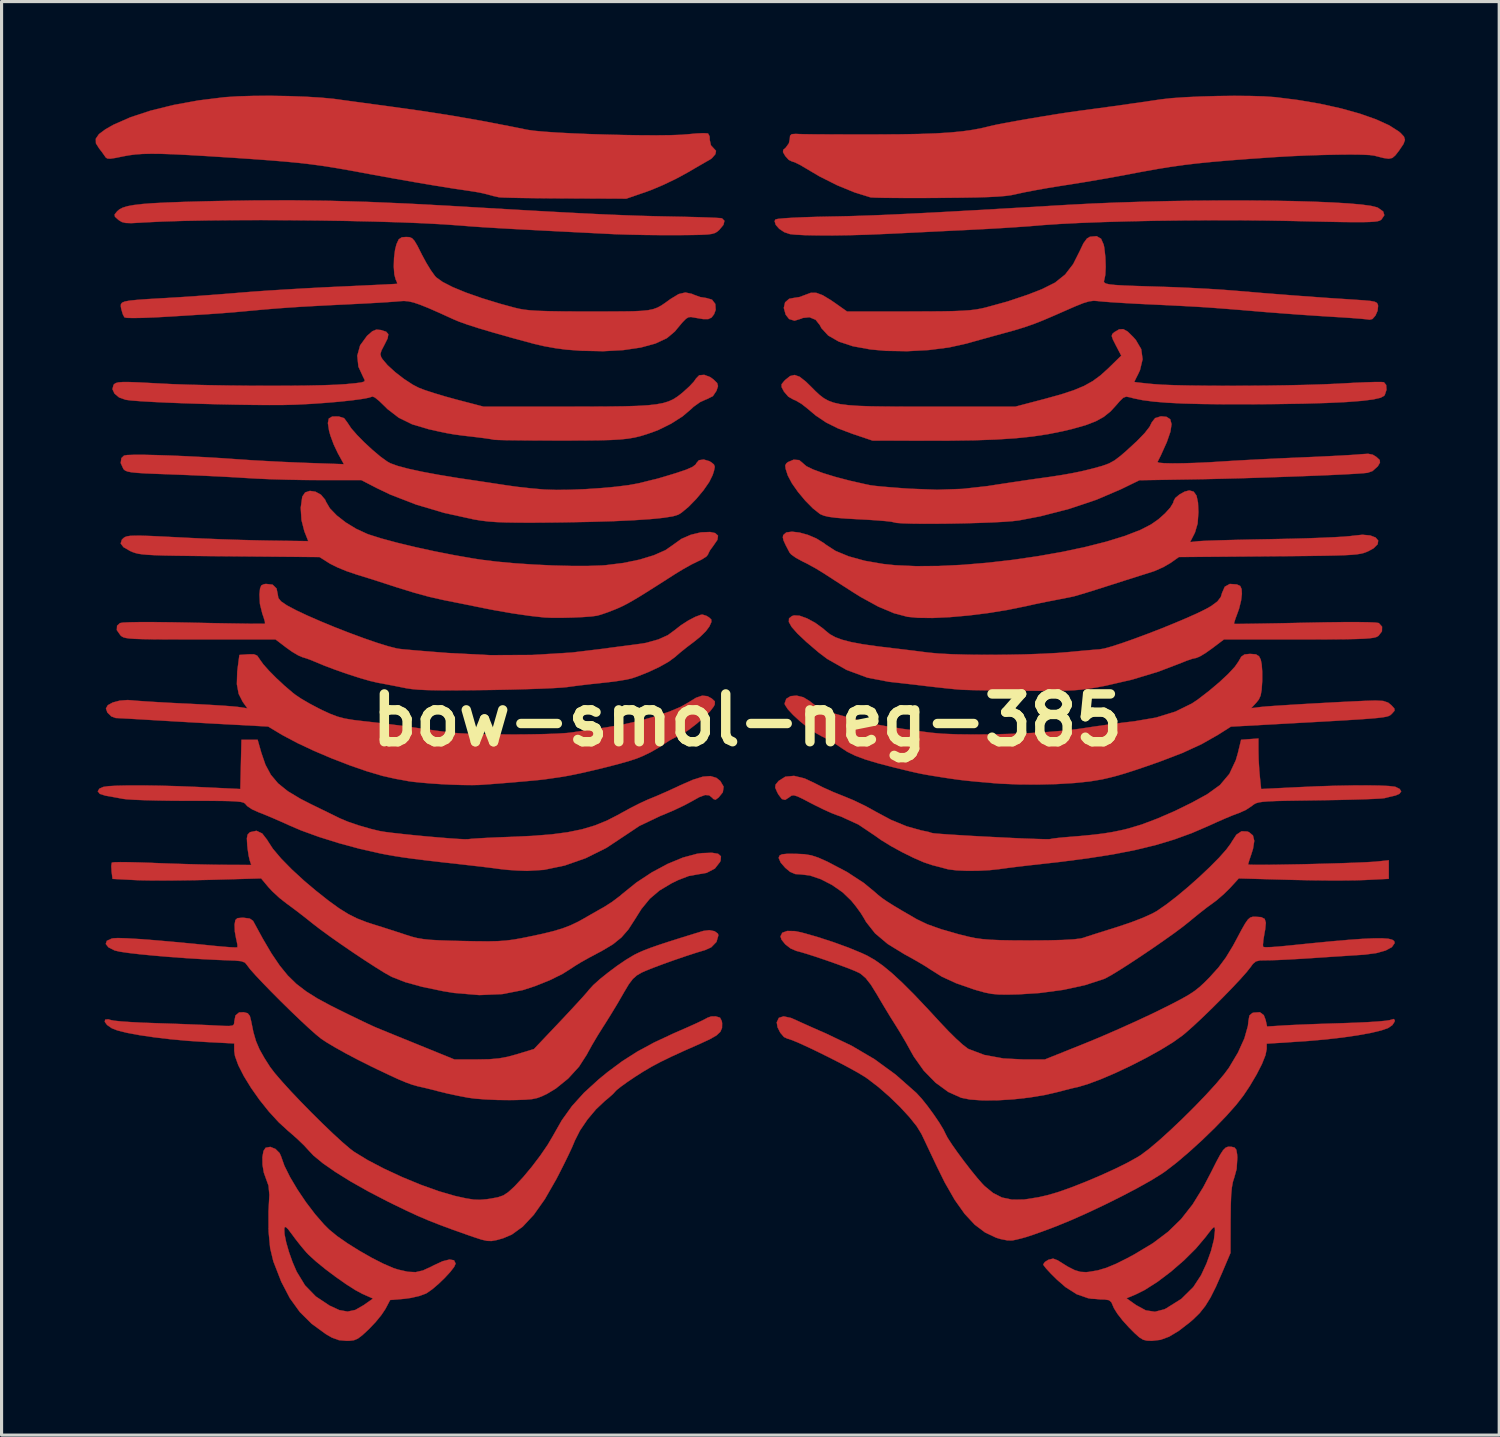
<source format=kicad_pcb>
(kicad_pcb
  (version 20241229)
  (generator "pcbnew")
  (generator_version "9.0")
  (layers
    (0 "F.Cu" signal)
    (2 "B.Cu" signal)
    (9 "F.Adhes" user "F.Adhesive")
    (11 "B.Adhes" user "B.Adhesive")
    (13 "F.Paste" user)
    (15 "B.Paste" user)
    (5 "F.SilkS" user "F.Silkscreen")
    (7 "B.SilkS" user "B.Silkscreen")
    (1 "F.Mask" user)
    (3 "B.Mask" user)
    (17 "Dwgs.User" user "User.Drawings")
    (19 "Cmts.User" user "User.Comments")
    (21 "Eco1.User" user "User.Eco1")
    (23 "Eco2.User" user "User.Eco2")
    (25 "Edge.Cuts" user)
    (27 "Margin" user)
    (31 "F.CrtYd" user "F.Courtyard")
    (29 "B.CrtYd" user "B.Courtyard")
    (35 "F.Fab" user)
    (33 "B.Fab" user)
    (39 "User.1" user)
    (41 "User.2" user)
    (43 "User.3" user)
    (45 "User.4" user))
  (footprint "bow-smol-neg-385"
    (layer "F.Cu")
    (at 20.78 19.911)
    (property "Reference" "bow-smol-neg-385" (at 0 0 0) (layer "F.SilkS") (effects (font (size 1.524 1.524) (thickness 0.3))))
    (attr through_hole)
    (fp_poly (pts (xy -13.316 -16.558) (xy -12.11 -16.524) (xy -10.845 -16.47) (xy -9.484 -16.397) (xy -9.467 -16.396) (xy -8.435 -16.335) (xy -7.521 -16.282) (xy -6.715 -16.236) (xy -6.004 -16.197) (xy -5.376 -16.164) (xy -4.818 -16.136) (xy -4.319 -16.114) (xy -3.866 -16.096) (xy -3.446 -16.081) (xy -3.048 -16.07) (xy -2.659 -16.061) (xy -2.474 -16.057) (xy -2.027 -16.048) (xy -1.622 -16.038) (xy -1.278 -16.027) (xy -1.015 -16.016) (xy -0.852 -16.006) (xy -0.808 -15.999) (xy -0.731 -15.921) (xy -0.763 -15.791) (xy -0.896 -15.631) (xy -0.96 -15.575) (xy -1.03 -15.533) (xy -1.125 -15.504) (xy -1.265 -15.485) (xy -1.472 -15.474) (xy -1.766 -15.468) (xy -2.167 -15.464) (xy -2.265 -15.464) (xy -2.739 -15.464) (xy -3.252 -15.469) (xy -3.755 -15.479) (xy -4.199 -15.493) (xy -4.387 -15.502) (xy -5.24 -15.545) (xy -5.972 -15.582) (xy -6.597 -15.614) (xy -7.126 -15.642) (xy -7.572 -15.666) (xy -7.946 -15.687) (xy -8.261 -15.706) (xy -8.528 -15.723) (xy -8.76 -15.739) (xy -8.968 -15.755) (xy -9.137 -15.769) (xy -9.685 -15.808) (xy -10.343 -15.843) (xy -11.092 -15.873) (xy -11.912 -15.897) (xy -12.783 -15.917) (xy -13.686 -15.931) (xy -14.601 -15.94) (xy -15.507 -15.944) (xy -16.386 -15.941) (xy -17.218 -15.933) (xy -17.982 -15.918) (xy -18.66 -15.897) (xy -19.231 -15.869) (xy -19.367 -15.861) (xy -19.642 -15.846) (xy -19.823 -15.852) (xy -19.945 -15.882) (xy -20.044 -15.943) (xy -20.059 -15.955) (xy -20.165 -16.051) (xy -20.176 -16.121) (xy -20.098 -16.219) (xy -20.098 -16.22) (xy -20.022 -16.285) (xy -19.916 -16.34) (xy -19.767 -16.386) (xy -19.563 -16.424) (xy -19.293 -16.456) (xy -18.945 -16.482) (xy -18.506 -16.504) (xy -17.965 -16.524) (xy -17.31 -16.542) (xy -16.922 -16.551) (xy -15.687 -16.571) (xy -14.497 -16.573) (xy -13.316 -16.558)) (stroke (width 0.01) (type solid)) (fill yes) (layer "F.Cu"))
    (fp_poly (pts (xy 15.91 -16.568) (xy 16.677 -16.561) (xy 17.397 -16.549) (xy 18.058 -16.53) (xy 18.65 -16.505) (xy 19.159 -16.475) (xy 19.575 -16.439) (xy 19.885 -16.397) (xy 20.078 -16.349) (xy 20.106 -16.337) (xy 20.273 -16.219) (xy 20.31 -16.099) (xy 20.221 -15.966) (xy 20.205 -15.952) (xy 20.164 -15.927) (xy 20.096 -15.907) (xy 19.99 -15.893) (xy 19.833 -15.883) (xy 19.613 -15.878) (xy 19.318 -15.878) (xy 18.936 -15.882) (xy 18.454 -15.891) (xy 17.861 -15.904) (xy 17.384 -15.915) (xy 16.563 -15.93) (xy 15.697 -15.938) (xy 14.805 -15.939) (xy 13.905 -15.933) (xy 13.016 -15.922) (xy 12.158 -15.904) (xy 11.349 -15.881) (xy 10.608 -15.853) (xy 9.955 -15.82) (xy 9.407 -15.783) (xy 9.236 -15.768) (xy 8.957 -15.745) (xy 8.578 -15.719) (xy 8.131 -15.69) (xy 7.649 -15.662) (xy 7.163 -15.637) (xy 7.059 -15.631) (xy 6.534 -15.606) (xy 5.964 -15.578) (xy 5.394 -15.55) (xy 4.866 -15.524) (xy 4.426 -15.503) (xy 4.42 -15.503) (xy 3.838 -15.478) (xy 3.267 -15.462) (xy 2.728 -15.454) (xy 2.243 -15.455) (xy 1.831 -15.463) (xy 1.515 -15.48) (xy 1.359 -15.497) (xy 1.177 -15.558) (xy 1.016 -15.666) (xy 0.904 -15.793) (xy 0.869 -15.91) (xy 0.895 -15.963) (xy 0.976 -15.982) (xy 1.17 -16.001) (xy 1.46 -16.019) (xy 1.826 -16.035) (xy 2.25 -16.048) (xy 2.573 -16.055) (xy 2.923 -16.062) (xy 3.269 -16.07) (xy 3.621 -16.081) (xy 3.992 -16.094) (xy 4.393 -16.11) (xy 4.834 -16.13) (xy 5.327 -16.154) (xy 5.882 -16.182) (xy 6.511 -16.216) (xy 7.225 -16.256) (xy 8.035 -16.302) (xy 8.952 -16.355) (xy 9.988 -16.416) (xy 10.226 -16.43) (xy 10.989 -16.47) (xy 11.789 -16.503) (xy 12.612 -16.529) (xy 13.448 -16.549) (xy 14.284 -16.562) (xy 15.108 -16.568) (xy 15.91 -16.568)) (stroke (width 0.01) (type solid)) (fill yes) (layer "F.Cu"))
    (fp_poly (pts (xy -15.047 13.673) (xy -14.914 13.806) (xy -14.866 13.916) (xy -14.761 14.212) (xy -14.581 14.573) (xy -14.345 14.97) (xy -14.072 15.375) (xy -13.78 15.758) (xy -13.489 16.092) (xy -13.332 16.247) (xy -13.077 16.456) (xy -12.743 16.688) (xy -12.364 16.924) (xy -11.973 17.147) (xy -11.601 17.336) (xy -11.282 17.473) (xy -11.133 17.521) (xy -10.822 17.591) (xy -10.577 17.602) (xy -10.346 17.549) (xy -10.074 17.424) (xy -10.006 17.388) (xy -9.717 17.254) (xy -9.495 17.199) (xy -9.353 17.224) (xy -9.302 17.329) (xy -9.302 17.33) (xy -9.35 17.436) (xy -9.475 17.597) (xy -9.651 17.788) (xy -9.852 17.981) (xy -10.052 18.151) (xy -10.225 18.271) (xy -10.248 18.284) (xy -10.456 18.361) (xy -10.731 18.424) (xy -10.946 18.453) (xy -11.39 18.49) (xy -11.541 18.776) (xy -11.666 18.964) (xy -11.852 19.192) (xy -12.061 19.412) (xy -12.076 19.427) (xy -12.275 19.611) (xy -12.419 19.72) (xy -12.545 19.773) (xy -12.691 19.791) (xy -12.781 19.792) (xy -13.024 19.77) (xy -13.249 19.688) (xy -13.439 19.578) (xy -13.891 19.249) (xy -14.268 18.875) (xy -14.587 18.434) (xy -14.862 17.906) (xy -15.11 17.269) (xy -15.116 17.252) (xy -15.216 16.835) (xy -15.266 16.309) (xy -15.267 16.214) (xy -14.765 16.214) (xy -14.758 16.391) (xy -14.705 16.652) (xy -14.616 16.961) (xy -14.502 17.282) (xy -14.374 17.579) (xy -14.37 17.587) (xy -14.103 18.025) (xy -13.76 18.377) (xy -13.327 18.666) (xy -13.011 18.812) (xy -12.747 18.859) (xy -12.501 18.807) (xy -12.238 18.656) (xy -11.936 18.444) (xy -12.272 18.296) (xy -12.501 18.173) (xy -12.795 17.985) (xy -13.123 17.755) (xy -13.452 17.508) (xy -13.75 17.265) (xy -13.985 17.052) (xy -14.059 16.975) (xy -14.232 16.771) (xy -14.422 16.529) (xy -14.515 16.403) (xy -14.644 16.231) (xy -14.719 16.16) (xy -14.757 16.178) (xy -14.765 16.214) (xy -15.267 16.214) (xy -15.269 15.67) (xy -15.241 15.139) (xy -15.268 14.845) (xy -15.34 14.645) (xy -15.418 14.427) (xy -15.46 14.177) (xy -15.463 13.934) (xy -15.428 13.738) (xy -15.36 13.635) (xy -15.21 13.608) (xy -15.047 13.673)) (stroke (width 0.01) (type solid)) (fill yes) (layer "F.Cu"))
    (fp_poly (pts (xy 15.421 13.603) (xy 15.432 13.604) (xy 15.535 13.629) (xy 15.59 13.698) (xy 15.616 13.846) (xy 15.623 13.95) (xy 15.6 14.314) (xy 15.528 14.576) (xy 15.481 14.725) (xy 15.448 14.906) (xy 15.426 15.143) (xy 15.414 15.46) (xy 15.409 15.882) (xy 15.408 15.933) (xy 15.405 16.988) (xy 15.136 17.622) (xy 14.94 18.067) (xy 14.767 18.412) (xy 14.599 18.684) (xy 14.42 18.909) (xy 14.212 19.112) (xy 14.111 19.199) (xy 13.753 19.476) (xy 13.448 19.659) (xy 13.172 19.76) (xy 12.899 19.792) (xy 12.893 19.792) (xy 12.74 19.786) (xy 12.619 19.756) (xy 12.499 19.682) (xy 12.347 19.546) (xy 12.171 19.369) (xy 11.971 19.149) (xy 11.801 18.931) (xy 11.69 18.753) (xy 11.671 18.71) (xy 11.609 18.565) (xy 11.532 18.496) (xy 11.394 18.474) (xy 11.276 18.473) (xy 10.882 18.435) (xy 12.089 18.435) (xy 12.394 18.652) (xy 12.703 18.82) (xy 12.994 18.865) (xy 13.289 18.789) (xy 13.347 18.762) (xy 13.837 18.455) (xy 14.219 18.078) (xy 14.468 17.698) (xy 14.643 17.319) (xy 14.784 16.927) (xy 14.877 16.563) (xy 14.91 16.275) (xy 14.905 16.186) (xy 14.879 16.164) (xy 14.815 16.221) (xy 14.698 16.367) (xy 14.611 16.482) (xy 14.301 16.849) (xy 13.923 17.225) (xy 13.505 17.587) (xy 13.079 17.909) (xy 12.673 18.168) (xy 12.376 18.316) (xy 12.089 18.435) (xy 10.882 18.435) (xy 10.87 18.434) (xy 10.503 18.307) (xy 10.144 18.079) (xy 9.873 17.843) (xy 9.68 17.652) (xy 9.53 17.49) (xy 9.445 17.381) (xy 9.434 17.354) (xy 9.488 17.277) (xy 9.597 17.208) (xy 9.749 17.17) (xy 9.896 17.225) (xy 9.922 17.242) (xy 10.215 17.425) (xy 10.437 17.538) (xy 10.622 17.593) (xy 10.801 17.602) (xy 10.886 17.594) (xy 11.164 17.547) (xy 11.444 17.465) (xy 11.755 17.336) (xy 12.127 17.15) (xy 12.365 17.02) (xy 12.937 16.675) (xy 13.417 16.313) (xy 13.829 15.912) (xy 14.195 15.446) (xy 14.538 14.891) (xy 14.783 14.423) (xy 14.95 14.091) (xy 15.074 13.86) (xy 15.169 13.713) (xy 15.25 13.633) (xy 15.329 13.602) (xy 15.421 13.603)) (stroke (width 0.01) (type solid)) (fill yes) (layer "F.Cu"))
    (fp_poly (pts (xy -14.623 -19.897) (xy -14.079 -19.877) (xy -13.587 -19.847) (xy -13.184 -19.809) (xy -13.096 -19.797) (xy -12.904 -19.77) (xy -12.61 -19.73) (xy -12.243 -19.68) (xy -11.83 -19.624) (xy -11.414 -19.568) (xy -10.38 -19.423) (xy -9.422 -19.274) (xy -8.483 -19.11) (xy -7.507 -18.922) (xy -7.026 -18.824) (xy -6.805 -18.792) (xy -6.474 -18.762) (xy -6.054 -18.733) (xy -5.567 -18.708) (xy -5.035 -18.686) (xy -4.48 -18.669) (xy -3.923 -18.656) (xy -3.386 -18.648) (xy -2.891 -18.646) (xy -2.459 -18.651) (xy -2.112 -18.663) (xy -1.898 -18.68) (xy -1.631 -18.705) (xy -1.412 -18.715) (xy -1.275 -18.709) (xy -1.251 -18.702) (xy -1.203 -18.61) (xy -1.2 -18.502) (xy -1.162 -18.328) (xy -1.089 -18.249) (xy -0.999 -18.151) (xy -1.02 -18.047) (xy -1.027 -18.036) (xy -1.132 -17.915) (xy -1.192 -17.873) (xy -1.285 -17.821) (xy -1.464 -17.718) (xy -1.702 -17.58) (xy -1.928 -17.448) (xy -2.276 -17.26) (xy -2.672 -17.07) (xy -3.052 -16.909) (xy -3.214 -16.849) (xy -3.859 -16.627) (xy -5.806 -16.635) (xy -6.307 -16.638) (xy -6.772 -16.643) (xy -7.182 -16.648) (xy -7.519 -16.655) (xy -7.765 -16.662) (xy -7.902 -16.669) (xy -7.917 -16.671) (xy -8.105 -16.712) (xy -8.28 -16.761) (xy -8.448 -16.802) (xy -8.692 -16.848) (xy -8.94 -16.886) (xy -9.389 -16.952) (xy -9.944 -17.041) (xy -10.582 -17.149) (xy -11.278 -17.271) (xy -12.01 -17.404) (xy -12.271 -17.453) (xy -12.739 -17.539) (xy -13.153 -17.611) (xy -13.535 -17.671) (xy -13.91 -17.722) (xy -14.3 -17.767) (xy -14.727 -17.808) (xy -15.216 -17.848) (xy -15.789 -17.89) (xy -16.468 -17.936) (xy -16.526 -17.939) (xy -17.227 -17.984) (xy -17.812 -18.018) (xy -18.294 -18.042) (xy -18.691 -18.056) (xy -19.015 -18.059) (xy -19.283 -18.053) (xy -19.51 -18.037) (xy -19.709 -18.011) (xy -19.891 -17.978) (xy -20.152 -17.925) (xy -20.315 -17.901) (xy -20.408 -17.907) (xy -20.46 -17.942) (xy -20.484 -17.978) (xy -20.579 -18.113) (xy -20.669 -18.228) (xy -20.771 -18.39) (xy -20.775 -18.538) (xy -20.675 -18.684) (xy -20.462 -18.842) (xy -20.209 -18.985) (xy -19.672 -19.221) (xy -19.028 -19.433) (xy -18.299 -19.613) (xy -17.507 -19.758) (xy -16.675 -19.861) (xy -16.637 -19.864) (xy -16.228 -19.89) (xy -15.733 -19.904) (xy -15.186 -19.906) (xy -14.623 -19.897)) (stroke (width 0.01) (type solid)) (fill yes) (layer "F.Cu"))
    (fp_poly (pts (xy 16.029 -19.901) (xy 16.473 -19.888) (xy 16.823 -19.864) (xy 16.823 -19.864) (xy 17.559 -19.772) (xy 18.265 -19.651) (xy 18.925 -19.505) (xy 19.522 -19.339) (xy 20.041 -19.157) (xy 20.464 -18.965) (xy 20.775 -18.766) (xy 20.831 -18.718) (xy 20.937 -18.604) (xy 20.968 -18.5) (xy 20.921 -18.37) (xy 20.792 -18.178) (xy 20.772 -18.15) (xy 20.66 -18.006) (xy 20.565 -17.925) (xy 20.45 -17.9) (xy 20.281 -17.924) (xy 20.022 -17.99) (xy 19.99 -17.999) (xy 19.842 -18.018) (xy 19.582 -18.03) (xy 19.232 -18.034) (xy 18.81 -18.03) (xy 18.339 -18.02) (xy 17.837 -18.004) (xy 17.326 -17.981) (xy 16.825 -17.952) (xy 16.724 -17.945) (xy 15.986 -17.894) (xy 15.357 -17.846) (xy 14.816 -17.799) (xy 14.339 -17.751) (xy 13.904 -17.699) (xy 13.489 -17.64) (xy 13.072 -17.573) (xy 12.629 -17.493) (xy 12.403 -17.451) (xy 11.821 -17.341) (xy 11.281 -17.245) (xy 10.729 -17.151) (xy 10.113 -17.053) (xy 9.929 -17.024) (xy 9.55 -16.962) (xy 9.176 -16.895) (xy 8.846 -16.832) (xy 8.602 -16.779) (xy 8.577 -16.773) (xy 8.422 -16.74) (xy 8.232 -16.714) (xy 7.992 -16.694) (xy 7.686 -16.678) (xy 7.298 -16.666) (xy 6.813 -16.658) (xy 6.214 -16.652) (xy 6.103 -16.651) (xy 5.591 -16.648) (xy 5.117 -16.648) (xy 4.699 -16.65) (xy 4.354 -16.653) (xy 4.099 -16.659) (xy 3.951 -16.666) (xy 3.925 -16.669) (xy 3.416 -16.827) (xy 2.859 -17.056) (xy 2.3 -17.337) (xy 1.882 -17.584) (xy 1.681 -17.703) (xy 1.512 -17.786) (xy 1.423 -17.813) (xy 1.319 -17.864) (xy 1.209 -17.986) (xy 1.137 -18.111) (xy 1.144 -18.184) (xy 1.224 -18.253) (xy 1.324 -18.392) (xy 1.352 -18.525) (xy 1.362 -18.634) (xy 1.414 -18.683) (xy 1.544 -18.692) (xy 1.649 -18.687) (xy 1.787 -18.683) (xy 2.039 -18.679) (xy 2.385 -18.677) (xy 2.808 -18.675) (xy 3.289 -18.674) (xy 3.81 -18.674) (xy 4.09 -18.674) (xy 4.839 -18.678) (xy 5.472 -18.689) (xy 6.008 -18.708) (xy 6.463 -18.736) (xy 6.855 -18.774) (xy 7.199 -18.823) (xy 7.515 -18.885) (xy 7.719 -18.935) (xy 7.912 -18.979) (xy 8.208 -19.037) (xy 8.579 -19.105) (xy 8.998 -19.178) (xy 9.438 -19.252) (xy 9.869 -19.322) (xy 10.266 -19.383) (xy 10.601 -19.43) (xy 10.622 -19.432) (xy 11.11 -19.498) (xy 11.683 -19.576) (xy 12.294 -19.663) (xy 12.898 -19.75) (xy 13.195 -19.794) (xy 13.526 -19.831) (xy 13.957 -19.861) (xy 14.455 -19.884) (xy 14.988 -19.899) (xy 15.523 -19.905) (xy 16.029 -19.901)) (stroke (width 0.01) (type solid)) (fill yes) (layer "F.Cu"))
    (fp_poly (pts (xy 12.129 -12.387) (xy 12.309 -12.209) (xy 12.387 -12.12) (xy 12.558 -11.829) (xy 12.602 -11.507) (xy 12.519 -11.159) (xy 12.469 -11.051) (xy 12.389 -10.892) (xy 12.342 -10.795) (xy 12.337 -10.782) (xy 12.398 -10.772) (xy 12.561 -10.753) (xy 12.799 -10.728) (xy 12.947 -10.714) (xy 13.233 -10.694) (xy 13.631 -10.679) (xy 14.119 -10.668) (xy 14.677 -10.662) (xy 15.285 -10.659) (xy 15.923 -10.661) (xy 16.569 -10.666) (xy 17.202 -10.676) (xy 17.804 -10.689) (xy 18.352 -10.706) (xy 18.827 -10.727) (xy 18.961 -10.734) (xy 19.357 -10.756) (xy 19.711 -10.771) (xy 20 -10.78) (xy 20.203 -10.781) (xy 20.296 -10.774) (xy 20.297 -10.774) (xy 20.369 -10.685) (xy 20.379 -10.533) (xy 20.326 -10.373) (xy 20.304 -10.34) (xy 20.192 -10.279) (xy 19.955 -10.225) (xy 19.592 -10.18) (xy 19.101 -10.142) (xy 18.483 -10.113) (xy 17.735 -10.091) (xy 16.858 -10.077) (xy 16.065 -10.071) (xy 15.223 -10.071) (xy 14.502 -10.079) (xy 13.891 -10.095) (xy 13.379 -10.121) (xy 12.954 -10.156) (xy 12.605 -10.202) (xy 12.322 -10.259) (xy 12.193 -10.294) (xy 12.08 -10.314) (xy 11.984 -10.278) (xy 11.869 -10.166) (xy 11.78 -10.062) (xy 11.582 -9.845) (xy 11.366 -9.671) (xy 11.11 -9.529) (xy 10.787 -9.405) (xy 10.373 -9.288) (xy 10.061 -9.213) (xy 9.594 -9.119) (xy 9.096 -9.044) (xy 8.548 -8.987) (xy 7.933 -8.947) (xy 7.232 -8.922) (xy 6.427 -8.911) (xy 5.96 -8.91) (xy 3.991 -8.913) (xy 3.355 -9.127) (xy 2.892 -9.301) (xy 2.516 -9.487) (xy 2.183 -9.71) (xy 1.913 -9.937) (xy 1.727 -10.083) (xy 1.546 -10.19) (xy 1.472 -10.219) (xy 1.307 -10.313) (xy 1.168 -10.474) (xy 1.167 -10.476) (xy 1.092 -10.618) (xy 1.091 -10.708) (xy 1.171 -10.809) (xy 1.213 -10.851) (xy 1.363 -10.971) (xy 1.508 -11.005) (xy 1.669 -10.947) (xy 1.868 -10.79) (xy 2.03 -10.632) (xy 2.175 -10.486) (xy 2.306 -10.365) (xy 2.437 -10.265) (xy 2.581 -10.185) (xy 2.751 -10.122) (xy 2.959 -10.075) (xy 3.22 -10.042) (xy 3.546 -10.019) (xy 3.951 -10.005) (xy 4.446 -9.998) (xy 5.047 -9.995) (xy 5.765 -9.995) (xy 8.544 -9.995) (xy 9.485 -10.242) (xy 9.998 -10.384) (xy 10.406 -10.518) (xy 10.735 -10.655) (xy 11.011 -10.809) (xy 11.26 -10.992) (xy 11.508 -11.216) (xy 11.519 -11.227) (xy 11.922 -11.621) (xy 11.75 -11.949) (xy 11.655 -12.137) (xy 11.618 -12.246) (xy 11.636 -12.312) (xy 11.704 -12.372) (xy 11.707 -12.373) (xy 11.854 -12.46) (xy 11.986 -12.467) (xy 12.129 -12.387)) (stroke (width 0.01) (type solid)) (fill yes) (layer "F.Cu"))
    (fp_poly (pts (xy -13.03 -9.682) (xy -12.858 -9.627) (xy -12.744 -9.475) (xy -12.74 -9.467) (xy -12.633 -9.306) (xy -12.447 -9.093) (xy -12.212 -8.854) (xy -11.954 -8.616) (xy -11.703 -8.404) (xy -11.486 -8.247) (xy -11.385 -8.19) (xy -11.157 -8.107) (xy -10.813 -8.015) (xy -10.366 -7.918) (xy -9.833 -7.819) (xy -9.227 -7.719) (xy -9.005 -7.686) (xy -8.627 -7.63) (xy -8.218 -7.568) (xy -7.842 -7.511) (xy -7.686 -7.487) (xy -7.326 -7.437) (xy -6.913 -7.391) (xy -6.527 -7.357) (xy -6.465 -7.352) (xy -6.093 -7.34) (xy -5.646 -7.345) (xy -5.159 -7.365) (xy -4.665 -7.398) (xy -4.197 -7.441) (xy -3.788 -7.492) (xy -3.471 -7.55) (xy -3.423 -7.561) (xy -3.197 -7.618) (xy -3.021 -7.662) (xy -2.936 -7.681) (xy -2.847 -7.704) (xy -2.665 -7.758) (xy -2.418 -7.832) (xy -2.265 -7.879) (xy -1.95 -7.985) (xy -1.75 -8.073) (xy -1.647 -8.152) (xy -1.628 -8.19) (xy -1.545 -8.287) (xy -1.392 -8.309) (xy -1.211 -8.256) (xy -1.145 -8.216) (xy -1.065 -8.15) (xy -1.039 -8.076) (xy -1.064 -7.949) (xy -1.108 -7.811) (xy -1.217 -7.591) (xy -1.401 -7.326) (xy -1.63 -7.052) (xy -1.874 -6.802) (xy -2.102 -6.613) (xy -2.202 -6.551) (xy -2.375 -6.498) (xy -2.674 -6.451) (xy -3.094 -6.409) (xy -3.631 -6.373) (xy -4.278 -6.343) (xy -5.03 -6.321) (xy -5.883 -6.305) (xy -6.268 -6.3) (xy -6.85 -6.296) (xy -7.32 -6.297) (xy -7.7 -6.303) (xy -8.009 -6.315) (xy -8.269 -6.335) (xy -8.499 -6.363) (xy -8.709 -6.397) (xy -9.666 -6.607) (xy -10.566 -6.874) (xy -11.382 -7.19) (xy -11.812 -7.396) (xy -12.309 -7.653) (xy -13.659 -7.653) (xy -14.152 -7.656) (xy -14.677 -7.666) (xy -15.193 -7.681) (xy -15.655 -7.701) (xy -15.966 -7.719) (xy -16.34 -7.742) (xy -16.806 -7.767) (xy -17.324 -7.792) (xy -17.854 -7.815) (xy -18.356 -7.834) (xy -18.363 -7.835) (xy -18.838 -7.852) (xy -19.198 -7.867) (xy -19.461 -7.884) (xy -19.643 -7.903) (xy -19.763 -7.927) (xy -19.838 -7.957) (xy -19.884 -7.996) (xy -19.897 -8.012) (xy -19.981 -8.198) (xy -19.959 -8.355) (xy -19.875 -8.435) (xy -19.772 -8.452) (xy -19.555 -8.459) (xy -19.238 -8.459) (xy -18.84 -8.45) (xy -18.377 -8.435) (xy -17.865 -8.413) (xy -17.321 -8.385) (xy -16.76 -8.352) (xy -16.201 -8.313) (xy -16.164 -8.311) (xy -15.782 -8.285) (xy -15.315 -8.259) (xy -14.81 -8.233) (xy -14.315 -8.212) (xy -14.069 -8.202) (xy -12.865 -8.16) (xy -13.061 -8.517) (xy -13.187 -8.783) (xy -13.295 -9.074) (xy -13.337 -9.225) (xy -13.375 -9.471) (xy -13.346 -9.616) (xy -13.236 -9.68) (xy -13.031 -9.682) (xy -13.03 -9.682)) (stroke (width 0.01) (type solid)) (fill yes) (layer "F.Cu"))
    (fp_poly (pts (xy 14.23 -7.285) (xy 14.321 -7.159) (xy 14.369 -6.933) (xy 14.382 -6.632) (xy 14.357 -6.27) (xy 14.275 -5.989) (xy 14.25 -5.936) (xy 14.117 -5.676) (xy 14.398 -5.706) (xy 14.532 -5.714) (xy 14.78 -5.724) (xy 15.123 -5.735) (xy 15.543 -5.746) (xy 16.02 -5.757) (xy 16.538 -5.767) (xy 16.802 -5.772) (xy 17.337 -5.783) (xy 17.847 -5.797) (xy 18.311 -5.814) (xy 18.711 -5.832) (xy 19.026 -5.85) (xy 19.238 -5.869) (xy 19.296 -5.877) (xy 19.61 -5.91) (xy 19.859 -5.888) (xy 20.031 -5.823) (xy 20.114 -5.726) (xy 20.097 -5.607) (xy 19.967 -5.478) (xy 19.809 -5.391) (xy 19.729 -5.356) (xy 19.647 -5.327) (xy 19.549 -5.304) (xy 19.423 -5.285) (xy 19.256 -5.27) (xy 19.034 -5.258) (xy 18.746 -5.249) (xy 18.377 -5.241) (xy 17.916 -5.235) (xy 17.35 -5.229) (xy 16.665 -5.224) (xy 16.628 -5.223) (xy 13.76 -5.2) (xy 13.494 -5.012) (xy 13.269 -4.881) (xy 12.998 -4.76) (xy 12.865 -4.714) (xy 12.672 -4.654) (xy 12.387 -4.564) (xy 12.042 -4.455) (xy 11.669 -4.335) (xy 11.512 -4.285) (xy 11.16 -4.173) (xy 10.841 -4.073) (xy 10.581 -3.995) (xy 10.407 -3.945) (xy 10.358 -3.934) (xy 10.199 -3.902) (xy 9.973 -3.858) (xy 9.83 -3.83) (xy 9.546 -3.775) (xy 9.341 -3.733) (xy 9.168 -3.697) (xy 8.976 -3.654) (xy 8.906 -3.638) (xy 8.306 -3.516) (xy 7.68 -3.414) (xy 7.055 -3.336) (xy 6.456 -3.283) (xy 5.909 -3.257) (xy 5.44 -3.262) (xy 5.107 -3.294) (xy 4.675 -3.408) (xy 4.176 -3.618) (xy 3.624 -3.92) (xy 3.365 -4.081) (xy 3.074 -4.268) (xy 2.777 -4.46) (xy 2.522 -4.625) (xy 2.439 -4.679) (xy 2.182 -4.836) (xy 1.906 -4.988) (xy 1.744 -5.068) (xy 1.547 -5.175) (xy 1.398 -5.282) (xy 1.349 -5.337) (xy 1.224 -5.575) (xy 1.154 -5.728) (xy 1.131 -5.827) (xy 1.143 -5.899) (xy 1.144 -5.9) (xy 1.24 -5.984) (xy 1.423 -6.008) (xy 1.663 -5.98) (xy 1.931 -5.906) (xy 2.199 -5.792) (xy 2.438 -5.645) (xy 2.499 -5.597) (xy 2.811 -5.395) (xy 3.232 -5.221) (xy 3.744 -5.08) (xy 4.327 -4.979) (xy 4.717 -4.938) (xy 5.374 -4.909) (xy 6.096 -4.914) (xy 6.865 -4.951) (xy 7.663 -5.018) (xy 8.471 -5.111) (xy 9.272 -5.228) (xy 10.047 -5.365) (xy 10.779 -5.521) (xy 11.449 -5.691) (xy 12.039 -5.873) (xy 12.532 -6.064) (xy 12.872 -6.239) (xy 13.105 -6.402) (xy 13.318 -6.591) (xy 13.485 -6.776) (xy 13.579 -6.93) (xy 13.591 -6.984) (xy 13.645 -7.083) (xy 13.777 -7.193) (xy 13.94 -7.284) (xy 14.087 -7.323) (xy 14.092 -7.323) (xy 14.23 -7.285)) (stroke (width 0.01) (type solid)) (fill yes) (layer "F.Cu"))
    (fp_poly (pts (xy 11.278 -15.349) (xy 11.362 -15.158) (xy 11.382 -15.056) (xy 11.416 -14.751) (xy 11.426 -14.449) (xy 11.413 -14.195) (xy 11.381 -14.039) (xy 11.367 -13.989) (xy 11.382 -13.949) (xy 11.437 -13.918) (xy 11.549 -13.893) (xy 11.729 -13.874) (xy 11.993 -13.858) (xy 12.355 -13.844) (xy 12.827 -13.829) (xy 13.096 -13.821) (xy 13.605 -13.804) (xy 14.148 -13.78) (xy 14.684 -13.752) (xy 15.171 -13.721) (xy 15.568 -13.69) (xy 15.57 -13.69) (xy 16.485 -13.613) (xy 17.47 -13.536) (xy 18.461 -13.464) (xy 19.33 -13.407) (xy 19.656 -13.385) (xy 19.873 -13.365) (xy 20.005 -13.339) (xy 20.073 -13.303) (xy 20.103 -13.251) (xy 20.111 -13.207) (xy 20.095 -13.053) (xy 20.027 -12.899) (xy 19.932 -12.79) (xy 19.842 -12.767) (xy 19.751 -12.78) (xy 19.552 -12.799) (xy 19.269 -12.821) (xy 18.924 -12.844) (xy 18.638 -12.861) (xy 18.167 -12.891) (xy 17.62 -12.928) (xy 17.052 -12.97) (xy 16.518 -13.011) (xy 16.296 -13.03) (xy 15.763 -13.075) (xy 15.323 -13.11) (xy 14.945 -13.139) (xy 14.596 -13.164) (xy 14.245 -13.185) (xy 13.859 -13.206) (xy 13.407 -13.229) (xy 12.856 -13.255) (xy 12.83 -13.256) (xy 12.398 -13.277) (xy 11.994 -13.3) (xy 11.644 -13.322) (xy 11.372 -13.342) (xy 11.202 -13.358) (xy 11.181 -13.361) (xy 11.044 -13.371) (xy 10.896 -13.352) (xy 10.709 -13.296) (xy 10.453 -13.193) (xy 10.226 -13.094) (xy 9.792 -12.903) (xy 9.446 -12.755) (xy 9.156 -12.64) (xy 8.89 -12.546) (xy 8.616 -12.46) (xy 8.303 -12.371) (xy 8.192 -12.341) (xy 7.838 -12.244) (xy 7.469 -12.142) (xy 7.14 -12.05) (xy 6.996 -12.009) (xy 6.431 -11.883) (xy 5.784 -11.8) (xy 5.099 -11.763) (xy 4.421 -11.774) (xy 3.925 -11.819) (xy 3.365 -11.921) (xy 2.914 -12.07) (xy 2.577 -12.264) (xy 2.36 -12.5) (xy 2.312 -12.593) (xy 2.178 -12.764) (xy 1.98 -12.846) (xy 1.765 -12.823) (xy 1.724 -12.803) (xy 1.504 -12.735) (xy 1.331 -12.789) (xy 1.222 -12.928) (xy 1.162 -13.143) (xy 1.203 -13.321) (xy 1.333 -13.434) (xy 1.465 -13.459) (xy 1.662 -13.49) (xy 1.858 -13.563) (xy 2.028 -13.626) (xy 2.2 -13.623) (xy 2.402 -13.548) (xy 2.66 -13.392) (xy 2.784 -13.307) (xy 3.177 -13.03) (xy 5.134 -13.03) (xy 5.717 -13.031) (xy 6.187 -13.034) (xy 6.56 -13.041) (xy 6.855 -13.053) (xy 7.089 -13.069) (xy 7.282 -13.092) (xy 7.45 -13.122) (xy 7.587 -13.153) (xy 8.293 -13.347) (xy 8.951 -13.568) (xy 9.394 -13.741) (xy 9.81 -13.949) (xy 10.132 -14.207) (xy 10.389 -14.541) (xy 10.593 -14.946) (xy 10.717 -15.206) (xy 10.828 -15.356) (xy 10.924 -15.412) (xy 11.137 -15.43) (xy 11.278 -15.349)) (stroke (width 0.01) (type solid)) (fill yes) (layer "F.Cu"))
    (fp_poly (pts (xy -13.769 -7.282) (xy -13.597 -7.187) (xy -13.465 -7.031) (xy -13.432 -6.957) (xy -13.311 -6.751) (xy -13.092 -6.525) (xy -12.803 -6.3) (xy -12.471 -6.098) (xy -12.125 -5.939) (xy -12.073 -5.919) (xy -11.671 -5.792) (xy -11.167 -5.656) (xy -10.591 -5.517) (xy -9.972 -5.382) (xy -9.34 -5.258) (xy -8.725 -5.151) (xy -8.478 -5.113) (xy -7.989 -5.053) (xy -7.425 -5.001) (xy -6.819 -4.96) (xy -6.203 -4.931) (xy -5.611 -4.916) (xy -5.074 -4.916) (xy -4.625 -4.932) (xy -4.519 -4.94) (xy -3.955 -5.01) (xy -3.434 -5.118) (xy -2.979 -5.257) (xy -2.61 -5.42) (xy -2.35 -5.601) (xy -2.343 -5.607) (xy -2.102 -5.779) (xy -1.8 -5.91) (xy -1.48 -5.987) (xy -1.187 -5.998) (xy -1.028 -5.964) (xy -0.936 -5.882) (xy -0.955 -5.748) (xy -1.089 -5.554) (xy -1.089 -5.554) (xy -1.195 -5.409) (xy -1.251 -5.297) (xy -1.254 -5.281) (xy -1.309 -5.214) (xy -1.451 -5.124) (xy -1.567 -5.068) (xy -1.785 -4.961) (xy -2.053 -4.811) (xy -2.309 -4.655) (xy -2.768 -4.361) (xy -3.134 -4.129) (xy -3.422 -3.949) (xy -3.65 -3.813) (xy -3.833 -3.71) (xy -3.99 -3.63) (xy -4.135 -3.564) (xy -4.197 -3.538) (xy -4.439 -3.443) (xy -4.66 -3.367) (xy -4.791 -3.33) (xy -4.974 -3.305) (xy -5.25 -3.285) (xy -5.576 -3.27) (xy -5.914 -3.262) (xy -6.222 -3.262) (xy -6.461 -3.272) (xy -6.465 -3.272) (xy -6.934 -3.324) (xy -7.487 -3.404) (xy -8.08 -3.507) (xy -8.412 -3.572) (xy -8.732 -3.637) (xy -8.963 -3.684) (xy -9.147 -3.721) (xy -9.324 -3.756) (xy -9.535 -3.798) (xy -9.698 -3.831) (xy -10.139 -3.93) (xy -10.622 -4.062) (xy -11.182 -4.235) (xy -11.348 -4.289) (xy -11.699 -4.403) (xy -12.094 -4.529) (xy -12.452 -4.639) (xy -12.473 -4.646) (xy -12.774 -4.748) (xy -13.067 -4.868) (xy -13.298 -4.983) (xy -13.339 -5.008) (xy -13.641 -5.199) (xy -16.502 -5.224) (xy -17.193 -5.23) (xy -17.764 -5.236) (xy -18.229 -5.242) (xy -18.602 -5.249) (xy -18.893 -5.259) (xy -19.117 -5.271) (xy -19.287 -5.286) (xy -19.414 -5.304) (xy -19.513 -5.328) (xy -19.596 -5.356) (xy -19.676 -5.391) (xy -19.677 -5.391) (xy -19.893 -5.515) (xy -19.982 -5.633) (xy -19.945 -5.752) (xy -19.891 -5.806) (xy -19.844 -5.837) (xy -19.779 -5.86) (xy -19.68 -5.875) (xy -19.533 -5.881) (xy -19.321 -5.88) (xy -19.031 -5.871) (xy -18.645 -5.853) (xy -18.151 -5.828) (xy -17.879 -5.814) (xy -17.353 -5.789) (xy -16.762 -5.765) (xy -16.159 -5.745) (xy -15.598 -5.731) (xy -15.264 -5.724) (xy -14.001 -5.707) (xy -14.126 -6.023) (xy -14.217 -6.379) (xy -14.241 -6.771) (xy -14.192 -7.125) (xy -14.101 -7.259) (xy -13.948 -7.309) (xy -13.769 -7.282)) (stroke (width 0.01) (type solid)) (fill yes) (layer "F.Cu"))
    (fp_poly (pts (xy 13.365 -9.67) (xy 13.483 -9.593) (xy 13.525 -9.438) (xy 13.49 -9.198) (xy 13.376 -8.868) (xy 13.184 -8.442) (xy 13.077 -8.23) (xy 13.126 -8.206) (xy 13.288 -8.192) (xy 13.546 -8.186) (xy 13.884 -8.189) (xy 14.282 -8.201) (xy 14.724 -8.221) (xy 15.174 -8.249) (xy 15.51 -8.27) (xy 15.944 -8.294) (xy 16.44 -8.32) (xy 16.966 -8.345) (xy 17.485 -8.368) (xy 17.648 -8.375) (xy 18.113 -8.395) (xy 18.554 -8.416) (xy 18.946 -8.436) (xy 19.266 -8.455) (xy 19.491 -8.471) (xy 19.566 -8.478) (xy 19.793 -8.492) (xy 19.944 -8.462) (xy 20.058 -8.391) (xy 20.162 -8.294) (xy 20.171 -8.212) (xy 20.103 -8.093) (xy 19.932 -7.941) (xy 19.776 -7.886) (xy 19.636 -7.872) (xy 19.38 -7.854) (xy 19.025 -7.835) (xy 18.588 -7.814) (xy 18.085 -7.793) (xy 17.532 -7.772) (xy 16.946 -7.751) (xy 16.343 -7.731) (xy 15.74 -7.712) (xy 15.153 -7.697) (xy 14.599 -7.684) (xy 14.118 -7.675) (xy 12.502 -7.649) (xy 11.908 -7.36) (xy 11.129 -7.027) (xy 10.261 -6.736) (xy 9.343 -6.499) (xy 8.659 -6.368) (xy 8.454 -6.344) (xy 8.158 -6.322) (xy 7.793 -6.303) (xy 7.378 -6.288) (xy 6.933 -6.275) (xy 6.478 -6.266) (xy 6.033 -6.262) (xy 5.619 -6.261) (xy 5.255 -6.265) (xy 4.961 -6.274) (xy 4.759 -6.288) (xy 4.666 -6.308) (xy 4.665 -6.309) (xy 4.588 -6.326) (xy 4.402 -6.347) (xy 4.131 -6.369) (xy 3.798 -6.391) (xy 3.562 -6.403) (xy 3.137 -6.427) (xy 2.823 -6.452) (xy 2.598 -6.482) (xy 2.442 -6.518) (xy 2.332 -6.564) (xy 2.31 -6.577) (xy 2.09 -6.751) (xy 1.848 -6.996) (xy 1.614 -7.276) (xy 1.419 -7.554) (xy 1.293 -7.792) (xy 1.282 -7.822) (xy 1.221 -8.012) (xy 1.208 -8.12) (xy 1.242 -8.185) (xy 1.292 -8.226) (xy 1.476 -8.304) (xy 1.654 -8.29) (xy 1.778 -8.187) (xy 1.78 -8.183) (xy 1.885 -8.094) (xy 2.103 -7.989) (xy 2.418 -7.874) (xy 2.813 -7.753) (xy 3.271 -7.633) (xy 3.776 -7.519) (xy 3.925 -7.488) (xy 4.058 -7.47) (xy 4.295 -7.446) (xy 4.608 -7.42) (xy 4.969 -7.392) (xy 5.179 -7.378) (xy 6.054 -7.345) (xy 6.864 -7.373) (xy 7.665 -7.463) (xy 7.785 -7.482) (xy 7.943 -7.507) (xy 8.184 -7.543) (xy 8.467 -7.586) (xy 8.748 -7.628) (xy 8.985 -7.663) (xy 9.135 -7.684) (xy 9.137 -7.685) (xy 9.633 -7.754) (xy 10.029 -7.815) (xy 10.355 -7.873) (xy 10.644 -7.932) (xy 10.926 -8) (xy 11.009 -8.021) (xy 11.311 -8.104) (xy 11.53 -8.183) (xy 11.71 -8.282) (xy 11.899 -8.426) (xy 12.081 -8.583) (xy 12.425 -8.9) (xy 12.671 -9.154) (xy 12.826 -9.354) (xy 12.897 -9.497) (xy 13.002 -9.63) (xy 13.187 -9.687) (xy 13.365 -9.67)) (stroke (width 0.01) (type solid)) (fill yes) (layer "F.Cu"))
    (fp_poly (pts (xy 15.608 -4.326) (xy 15.714 -4.278) (xy 15.759 -4.179) (xy 15.768 -4.026) (xy 15.742 -3.809) (xy 15.678 -3.552) (xy 15.633 -3.425) (xy 15.563 -3.236) (xy 15.522 -3.106) (xy 15.518 -3.069) (xy 15.586 -3.067) (xy 15.771 -3.068) (xy 16.056 -3.072) (xy 16.428 -3.078) (xy 16.871 -3.086) (xy 17.369 -3.096) (xy 17.778 -3.105) (xy 18.424 -3.118) (xy 18.979 -3.125) (xy 19.436 -3.126) (xy 19.786 -3.121) (xy 20.021 -3.111) (xy 20.133 -3.095) (xy 20.136 -3.093) (xy 20.238 -2.979) (xy 20.234 -2.831) (xy 20.126 -2.69) (xy 20.107 -2.676) (xy 20.053 -2.648) (xy 19.968 -2.626) (xy 19.84 -2.609) (xy 19.655 -2.595) (xy 19.4 -2.586) (xy 19.062 -2.579) (xy 18.629 -2.575) (xy 18.086 -2.573) (xy 17.579 -2.573) (xy 15.197 -2.573) (xy 14.806 -2.278) (xy 14.601 -2.133) (xy 14.424 -2.028) (xy 14.312 -1.982) (xy 14.305 -1.981) (xy 14.184 -1.955) (xy 13.996 -1.89) (xy 13.877 -1.841) (xy 13.11 -1.547) (xy 12.272 -1.293) (xy 11.419 -1.096) (xy 11.414 -1.095) (xy 11.127 -1.041) (xy 10.879 -1.001) (xy 10.643 -0.971) (xy 10.396 -0.951) (xy 10.114 -0.939) (xy 9.771 -0.933) (xy 9.344 -0.933) (xy 8.841 -0.936) (xy 8.362 -0.94) (xy 7.91 -0.945) (xy 7.506 -0.951) (xy 7.173 -0.957) (xy 6.933 -0.964) (xy 6.828 -0.968) (xy 6.628 -0.985) (xy 6.339 -1.014) (xy 6.001 -1.051) (xy 5.707 -1.085) (xy 5.351 -1.128) (xy 4.999 -1.168) (xy 4.697 -1.202) (xy 4.519 -1.221) (xy 3.83 -1.353) (xy 3.162 -1.601) (xy 2.547 -1.951) (xy 2.274 -2.157) (xy 1.882 -2.492) (xy 1.596 -2.762) (xy 1.411 -2.972) (xy 1.323 -3.13) (xy 1.328 -3.243) (xy 1.42 -3.316) (xy 1.489 -3.339) (xy 1.664 -3.329) (xy 1.9 -3.245) (xy 2.162 -3.103) (xy 2.415 -2.919) (xy 2.492 -2.851) (xy 2.633 -2.738) (xy 2.805 -2.643) (xy 3.023 -2.562) (xy 3.305 -2.489) (xy 3.666 -2.421) (xy 4.123 -2.355) (xy 4.692 -2.286) (xy 4.816 -2.272) (xy 5.014 -2.248) (xy 5.295 -2.214) (xy 5.614 -2.173) (xy 5.773 -2.153) (xy 6.107 -2.122) (xy 6.546 -2.1) (xy 7.063 -2.086) (xy 7.633 -2.081) (xy 8.228 -2.084) (xy 8.821 -2.095) (xy 9.387 -2.115) (xy 9.899 -2.142) (xy 10.292 -2.174) (xy 10.615 -2.205) (xy 10.896 -2.23) (xy 11.104 -2.248) (xy 11.213 -2.255) (xy 11.216 -2.255) (xy 11.371 -2.28) (xy 11.626 -2.351) (xy 11.958 -2.459) (xy 12.346 -2.596) (xy 12.768 -2.753) (xy 13.204 -2.922) (xy 13.631 -3.096) (xy 14.028 -3.264) (xy 14.374 -3.42) (xy 14.646 -3.555) (xy 14.788 -3.636) (xy 14.988 -3.784) (xy 15.096 -3.925) (xy 15.136 -4.056) (xy 15.222 -4.253) (xy 15.383 -4.342) (xy 15.608 -4.326)) (stroke (width 0.01) (type solid)) (fill yes) (layer "F.Cu"))
    (fp_poly (pts (xy -15.498 1.04) (xy -15.366 1.424) (xy -15.194 1.743) (xy -14.964 2.017) (xy -14.655 2.266) (xy -14.249 2.51) (xy -13.936 2.67) (xy -13.634 2.818) (xy -13.342 2.96) (xy -13.102 3.078) (xy -12.997 3.13) (xy -12.734 3.241) (xy -12.388 3.359) (xy -12.009 3.468) (xy -11.723 3.537) (xy -11.562 3.564) (xy -11.308 3.597) (xy -10.984 3.633) (xy -10.617 3.671) (xy -10.232 3.708) (xy -9.853 3.741) (xy -9.506 3.769) (xy -9.215 3.789) (xy -9.007 3.799) (xy -8.908 3.797) (xy -8.789 3.784) (xy -8.563 3.769) (xy -8.256 3.752) (xy -7.894 3.736) (xy -7.587 3.725) (xy -6.864 3.692) (xy -6.252 3.644) (xy -5.729 3.575) (xy -5.274 3.482) (xy -4.865 3.36) (xy -4.482 3.205) (xy -4.103 3.011) (xy -4.025 2.966) (xy -3.732 2.806) (xy -3.433 2.654) (xy -3.178 2.536) (xy -3.101 2.505) (xy -2.878 2.413) (xy -2.585 2.285) (xy -2.27 2.141) (xy -2.127 2.073) (xy -1.728 1.899) (xy -1.417 1.803) (xy -1.176 1.785) (xy -0.988 1.841) (xy -0.863 1.941) (xy -0.757 2.121) (xy -0.782 2.301) (xy -0.916 2.467) (xy -1.015 2.539) (xy -1.085 2.515) (xy -1.12 2.476) (xy -1.22 2.397) (xy -1.348 2.388) (xy -1.53 2.454) (xy -1.781 2.594) (xy -2.009 2.716) (xy -2.31 2.859) (xy -2.633 2.999) (xy -2.771 3.054) (xy -3.441 3.373) (xy -3.886 3.67) (xy -4.497 4.075) (xy -5.152 4.401) (xy -5.826 4.637) (xy -6.49 4.775) (xy -7.022 4.807) (xy -7.329 4.796) (xy -7.633 4.776) (xy -7.872 4.75) (xy -7.884 4.749) (xy -8.071 4.723) (xy -8.355 4.688) (xy -8.7 4.648) (xy -9.072 4.605) (xy -9.17 4.594) (xy -9.768 4.528) (xy -10.255 4.471) (xy -10.654 4.421) (xy -10.984 4.376) (xy -11.268 4.332) (xy -11.525 4.286) (xy -11.71 4.25) (xy -12.36 4.103) (xy -13.021 3.924) (xy -13.656 3.725) (xy -14.227 3.518) (xy -14.58 3.367) (xy -14.894 3.226) (xy -15.198 3.094) (xy -15.454 2.988) (xy -15.59 2.936) (xy -15.79 2.846) (xy -15.942 2.745) (xy -15.985 2.698) (xy -16.016 2.661) (xy -16.064 2.631) (xy -16.147 2.609) (xy -16.278 2.594) (xy -16.474 2.583) (xy -16.749 2.577) (xy -17.12 2.574) (xy -17.601 2.573) (xy -17.826 2.573) (xy -18.313 2.571) (xy -18.774 2.564) (xy -19.185 2.554) (xy -19.527 2.541) (xy -19.777 2.526) (xy -19.904 2.511) (xy -20.156 2.464) (xy -20.403 2.42) (xy -20.468 2.409) (xy -20.647 2.352) (xy -20.713 2.27) (xy -20.661 2.185) (xy -20.534 2.13) (xy -20.368 2.106) (xy -20.087 2.091) (xy -19.708 2.083) (xy -19.248 2.083) (xy -18.724 2.091) (xy -18.151 2.107) (xy -17.549 2.131) (xy -17.403 2.138) (xy -16.168 2.197) (xy -16.149 1.412) (xy -16.131 0.627) (xy -15.615 0.627) (xy -15.498 1.04)) (stroke (width 0.01) (type solid)) (fill yes) (layer "F.Cu"))
    (fp_poly (pts (xy -15.47 3.614) (xy -15.309 3.822) (xy -15.294 3.85) (xy -15.129 4.103) (xy -14.868 4.412) (xy -14.527 4.76) (xy -14.123 5.131) (xy -13.76 5.437) (xy -13.358 5.755) (xy -13.023 5.998) (xy -12.727 6.183) (xy -12.444 6.325) (xy -12.144 6.442) (xy -11.945 6.507) (xy -11.607 6.613) (xy -11.24 6.731) (xy -10.917 6.837) (xy -10.886 6.847) (xy -10.7 6.906) (xy -10.526 6.95) (xy -10.336 6.982) (xy -10.108 7.006) (xy -9.815 7.022) (xy -9.433 7.035) (xy -9.09 7.043) (xy -8.616 7.052) (xy -8.246 7.054) (xy -7.948 7.047) (xy -7.695 7.029) (xy -7.457 6.999) (xy -7.205 6.954) (xy -7.077 6.929) (xy -6.592 6.827) (xy -6.209 6.735) (xy -5.902 6.644) (xy -5.644 6.546) (xy -5.406 6.433) (xy -5.257 6.351) (xy -4.997 6.202) (xy -4.732 6.051) (xy -4.552 5.949) (xy -4.316 5.798) (xy -4.072 5.614) (xy -3.991 5.545) (xy -3.539 5.18) (xy -3.047 4.856) (xy -2.543 4.585) (xy -2.055 4.383) (xy -1.609 4.263) (xy -1.444 4.241) (xy -1.13 4.23) (xy -0.933 4.262) (xy -0.843 4.342) (xy -0.852 4.475) (xy -0.872 4.523) (xy -1.037 4.734) (xy -1.299 4.87) (xy -1.593 4.921) (xy -1.869 4.97) (xy -2.208 5.101) (xy -2.421 5.205) (xy -2.803 5.434) (xy -3.111 5.696) (xy -3.379 6.024) (xy -3.586 6.353) (xy -3.794 6.675) (xy -4.016 6.93) (xy -4.285 7.147) (xy -4.636 7.357) (xy -4.768 7.427) (xy -5.048 7.576) (xy -5.305 7.72) (xy -5.502 7.84) (xy -5.575 7.89) (xy -5.893 8.092) (xy -6.304 8.295) (xy -6.769 8.481) (xy -7.158 8.608) (xy -7.813 8.736) (xy -8.546 8.767) (xy -9.347 8.7) (xy -9.704 8.642) (xy -10.373 8.503) (xy -10.911 8.354) (xy -11.319 8.194) (xy -11.37 8.169) (xy -11.575 8.054) (xy -11.861 7.876) (xy -12.202 7.656) (xy -12.574 7.408) (xy -12.95 7.151) (xy -13.305 6.901) (xy -13.614 6.676) (xy -13.852 6.493) (xy -13.864 6.483) (xy -14.127 6.274) (xy -14.404 6.061) (xy -14.642 5.884) (xy -14.684 5.854) (xy -14.919 5.67) (xy -15.148 5.458) (xy -15.271 5.326) (xy -15.504 5.047) (xy -17.137 5.093) (xy -17.64 5.104) (xy -18.146 5.111) (xy -18.625 5.114) (xy -19.048 5.112) (xy -19.383 5.106) (xy -19.506 5.101) (xy -20.242 5.063) (xy -20.272 4.824) (xy -20.282 4.656) (xy -20.267 4.551) (xy -20.262 4.543) (xy -20.186 4.532) (xy -20 4.528) (xy -19.722 4.53) (xy -19.375 4.539) (xy -18.977 4.552) (xy -18.902 4.556) (xy -18.42 4.574) (xy -17.912 4.59) (xy -17.418 4.603) (xy -16.981 4.612) (xy -16.7 4.615) (xy -15.818 4.618) (xy -15.868 4.47) (xy -15.903 4.317) (xy -15.935 4.098) (xy -15.947 3.98) (xy -15.958 3.77) (xy -15.935 3.651) (xy -15.87 3.583) (xy -15.85 3.571) (xy -15.653 3.529) (xy -15.47 3.614)) (stroke (width 0.01) (type solid)) (fill yes) (layer "F.Cu"))
    (fp_poly (pts (xy 16.217 -2.097) (xy 16.314 -2.036) (xy 16.369 -1.93) (xy 16.4 -1.775) (xy 16.417 -1.538) (xy 16.417 -1.267) (xy 16.416 -1.242) (xy 16.398 -0.967) (xy 16.366 -0.785) (xy 16.308 -0.657) (xy 16.229 -0.558) (xy 16.065 -0.381) (xy 16.362 -0.418) (xy 16.524 -0.433) (xy 16.794 -0.453) (xy 17.147 -0.476) (xy 17.56 -0.502) (xy 18.008 -0.528) (xy 18.467 -0.553) (xy 18.912 -0.577) (xy 19.321 -0.597) (xy 19.668 -0.613) (xy 19.93 -0.622) (xy 20.038 -0.624) (xy 20.274 -0.611) (xy 20.431 -0.558) (xy 20.531 -0.478) (xy 20.629 -0.371) (xy 20.637 -0.301) (xy 20.558 -0.211) (xy 20.549 -0.202) (xy 20.519 -0.173) (xy 20.484 -0.148) (xy 20.435 -0.126) (xy 20.361 -0.106) (xy 20.251 -0.088) (xy 20.095 -0.069) (xy 19.881 -0.05) (xy 19.601 -0.029) (xy 19.242 -0.006) (xy 18.795 0.021) (xy 18.249 0.052) (xy 17.594 0.088) (xy 16.818 0.131) (xy 16.731 0.136) (xy 15.418 0.208) (xy 15.009 0.467) (xy 14.479 0.768) (xy 13.865 1.05) (xy 13.152 1.323) (xy 12.695 1.483) (xy 12.334 1.605) (xy 12.043 1.698) (xy 11.795 1.771) (xy 11.561 1.832) (xy 11.315 1.889) (xy 11.315 1.889) (xy 10.918 1.955) (xy 10.421 2.006) (xy 9.857 2.04) (xy 9.257 2.055) (xy 8.653 2.051) (xy 8.077 2.027) (xy 7.851 2.01) (xy 7.414 1.972) (xy 7.068 1.939) (xy 6.774 1.906) (xy 6.489 1.867) (xy 6.176 1.819) (xy 5.938 1.781) (xy 5.73 1.746) (xy 5.559 1.715) (xy 5.388 1.679) (xy 5.183 1.632) (xy 4.906 1.565) (xy 4.703 1.516) (xy 4.176 1.379) (xy 3.761 1.255) (xy 3.438 1.134) (xy 3.188 1.011) (xy 3.013 0.896) (xy 2.785 0.742) (xy 2.515 0.588) (xy 2.372 0.517) (xy 2.156 0.396) (xy 1.914 0.227) (xy 1.673 0.032) (xy 1.457 -0.167) (xy 1.29 -0.348) (xy 1.198 -0.489) (xy 1.188 -0.533) (xy 1.241 -0.68) (xy 1.379 -0.764) (xy 1.571 -0.781) (xy 1.785 -0.729) (xy 1.989 -0.605) (xy 1.999 -0.596) (xy 2.188 -0.45) (xy 2.395 -0.338) (xy 2.661 -0.241) (xy 2.936 -0.163) (xy 3.202 -0.091) (xy 3.5 -0.008) (xy 3.629 0.029) (xy 3.941 0.105) (xy 4.383 0.188) (xy 4.951 0.278) (xy 5.643 0.374) (xy 5.867 0.403) (xy 6.227 0.435) (xy 6.692 0.453) (xy 7.233 0.459) (xy 7.825 0.454) (xy 8.439 0.437) (xy 9.049 0.411) (xy 9.627 0.375) (xy 10.147 0.331) (xy 10.582 0.278) (xy 10.655 0.267) (xy 11.078 0.203) (xy 11.54 0.138) (xy 11.983 0.08) (xy 12.337 0.038) (xy 13.028 -0.08) (xy 13.647 -0.271) (xy 14.174 -0.53) (xy 14.363 -0.656) (xy 14.727 -0.937) (xy 15.059 -1.217) (xy 15.337 -1.478) (xy 15.544 -1.701) (xy 15.658 -1.865) (xy 15.75 -2.024) (xy 15.852 -2.094) (xy 16.017 -2.111) (xy 16.039 -2.111) (xy 16.217 -2.097)) (stroke (width 0.01) (type solid)) (fill yes) (layer "F.Cu"))
    (fp_poly (pts (xy -15.139 -4.32) (xy -15.012 -4.197) (xy -14.976 -4.019) (xy -14.954 -3.893) (xy -14.869 -3.786) (xy -14.693 -3.666) (xy -14.667 -3.651) (xy -14.389 -3.503) (xy -14.028 -3.333) (xy -13.606 -3.149) (xy -13.149 -2.96) (xy -12.68 -2.777) (xy -12.224 -2.609) (xy -11.804 -2.464) (xy -11.446 -2.353) (xy -11.173 -2.284) (xy -11.09 -2.271) (xy -10.951 -2.256) (xy -10.706 -2.234) (xy -10.379 -2.206) (xy -9.993 -2.175) (xy -9.575 -2.142) (xy -9.533 -2.139) (xy -8.194 -2.071) (xy -6.872 -2.077) (xy -5.601 -2.154) (xy -4.552 -2.281) (xy -4.37 -2.307) (xy -4.112 -2.341) (xy -3.833 -2.377) (xy -3.826 -2.378) (xy -3.573 -2.411) (xy -3.364 -2.44) (xy -3.24 -2.461) (xy -3.233 -2.462) (xy -2.836 -2.573) (xy -2.537 -2.708) (xy -2.322 -2.865) (xy -2.119 -3.024) (xy -1.886 -3.174) (xy -1.661 -3.292) (xy -1.483 -3.358) (xy -1.434 -3.365) (xy -1.311 -3.328) (xy -1.225 -3.277) (xy -1.151 -3.209) (xy -1.146 -3.131) (xy -1.209 -2.991) (xy -1.214 -2.982) (xy -1.323 -2.836) (xy -1.503 -2.658) (xy -1.7 -2.499) (xy -1.934 -2.322) (xy -2.161 -2.139) (xy -2.309 -2.01) (xy -2.512 -1.861) (xy -2.805 -1.696) (xy -3.155 -1.532) (xy -3.523 -1.386) (xy -3.695 -1.329) (xy -3.859 -1.292) (xy -4.113 -1.25) (xy -4.419 -1.21) (xy -4.618 -1.188) (xy -4.966 -1.151) (xy -5.319 -1.11) (xy -5.623 -1.071) (xy -5.74 -1.054) (xy -5.912 -1.037) (xy -6.196 -1.02) (xy -6.572 -1.003) (xy -7.02 -0.988) (xy -7.521 -0.974) (xy -8.054 -0.963) (xy -8.313 -0.959) (xy -8.951 -0.952) (xy -9.473 -0.949) (xy -9.894 -0.951) (xy -10.23 -0.958) (xy -10.495 -0.971) (xy -10.706 -0.991) (xy -10.877 -1.016) (xy -10.919 -1.025) (xy -11.228 -1.087) (xy -11.556 -1.15) (xy -11.776 -1.19) (xy -12.031 -1.249) (xy -12.369 -1.347) (xy -12.754 -1.471) (xy -13.149 -1.609) (xy -13.515 -1.748) (xy -13.756 -1.849) (xy -13.962 -1.933) (xy -14.148 -1.995) (xy -14.184 -2.005) (xy -14.322 -2.064) (xy -14.517 -2.18) (xy -14.697 -2.308) (xy -15.045 -2.573) (xy -17.451 -2.573) (xy -18.079 -2.573) (xy -18.588 -2.574) (xy -18.992 -2.577) (xy -19.304 -2.583) (xy -19.537 -2.591) (xy -19.704 -2.603) (xy -19.82 -2.62) (xy -19.897 -2.641) (xy -19.948 -2.669) (xy -19.988 -2.703) (xy -19.99 -2.705) (xy -20.105 -2.871) (xy -20.097 -3.01) (xy -20.005 -3.093) (xy -19.904 -3.11) (xy -19.679 -3.12) (xy -19.339 -3.126) (xy -18.892 -3.125) (xy -18.345 -3.119) (xy -17.706 -3.107) (xy -17.646 -3.105) (xy -17.116 -3.094) (xy -16.629 -3.085) (xy -16.201 -3.078) (xy -15.846 -3.073) (xy -15.581 -3.072) (xy -15.421 -3.073) (xy -15.379 -3.076) (xy -15.385 -3.145) (xy -15.43 -3.294) (xy -15.465 -3.392) (xy -15.542 -3.703) (xy -15.557 -4.004) (xy -15.538 -4.196) (xy -15.498 -4.294) (xy -15.415 -4.333) (xy -15.351 -4.343) (xy -15.139 -4.32)) (stroke (width 0.01) (type solid)) (fill yes) (layer "F.Cu"))
    (fp_poly (pts (xy 15.942 3.552) (xy 15.995 3.573) (xy 16.121 3.678) (xy 16.163 3.85) (xy 16.123 4.104) (xy 16.065 4.288) (xy 16.005 4.464) (xy 15.97 4.582) (xy 15.966 4.603) (xy 16.028 4.611) (xy 16.204 4.615) (xy 16.473 4.615) (xy 16.816 4.612) (xy 17.215 4.605) (xy 17.65 4.597) (xy 18.102 4.586) (xy 18.552 4.574) (xy 18.98 4.561) (xy 19.368 4.547) (xy 19.696 4.533) (xy 19.946 4.519) (xy 20.073 4.509) (xy 20.452 4.469) (xy 20.452 5.061) (xy 19.677 5.099) (xy 19.381 5.108) (xy 18.984 5.112) (xy 18.518 5.112) (xy 18.014 5.107) (xy 17.503 5.097) (xy 17.285 5.092) (xy 15.669 5.047) (xy 15.394 5.348) (xy 15.186 5.553) (xy 14.957 5.75) (xy 14.833 5.842) (xy 14.647 5.977) (xy 14.407 6.165) (xy 14.155 6.37) (xy 14.087 6.427) (xy 13.886 6.587) (xy 13.612 6.791) (xy 13.285 7.023) (xy 12.928 7.271) (xy 12.562 7.518) (xy 12.208 7.752) (xy 11.886 7.958) (xy 11.62 8.121) (xy 11.429 8.227) (xy 11.374 8.252) (xy 10.769 8.449) (xy 10.071 8.601) (xy 9.315 8.702) (xy 8.643 8.745) (xy 8.28 8.753) (xy 8.008 8.749) (xy 7.786 8.728) (xy 7.573 8.686) (xy 7.327 8.618) (xy 7.224 8.587) (xy 6.655 8.389) (xy 6.197 8.178) (xy 5.839 7.953) (xy 5.698 7.86) (xy 5.474 7.726) (xy 5.203 7.572) (xy 5.004 7.463) (xy 4.476 7.139) (xy 4.072 6.798) (xy 3.786 6.436) (xy 3.723 6.325) (xy 3.619 6.156) (xy 3.463 5.941) (xy 3.313 5.756) (xy 3.04 5.493) (xy 2.705 5.259) (xy 2.345 5.073) (xy 1.997 4.955) (xy 1.729 4.922) (xy 1.522 4.908) (xy 1.362 4.838) (xy 1.209 4.711) (xy 1.063 4.543) (xy 1.002 4.404) (xy 1.003 4.374) (xy 1.031 4.314) (xy 1.106 4.279) (xy 1.254 4.264) (xy 1.503 4.263) (xy 1.533 4.263) (xy 1.813 4.275) (xy 2.039 4.312) (xy 2.264 4.386) (xy 2.547 4.512) (xy 2.554 4.515) (xy 3.179 4.844) (xy 3.711 5.191) (xy 4.057 5.476) (xy 4.172 5.577) (xy 4.296 5.675) (xy 4.451 5.782) (xy 4.656 5.911) (xy 4.931 6.076) (xy 5.297 6.288) (xy 5.398 6.347) (xy 5.732 6.508) (xy 6.176 6.667) (xy 6.737 6.828) (xy 7.059 6.908) (xy 7.261 6.95) (xy 7.483 6.981) (xy 7.746 7.003) (xy 8.074 7.017) (xy 8.49 7.024) (xy 9.005 7.026) (xy 9.587 7.022) (xy 10.055 7.01) (xy 10.404 6.99) (xy 10.628 6.963) (xy 10.688 6.948) (xy 10.836 6.9) (xy 11.078 6.822) (xy 11.385 6.725) (xy 11.726 6.618) (xy 11.809 6.592) (xy 12.228 6.451) (xy 12.605 6.306) (xy 12.909 6.169) (xy 13.062 6.084) (xy 13.365 5.874) (xy 13.705 5.611) (xy 14.062 5.312) (xy 14.417 4.996) (xy 14.75 4.681) (xy 15.042 4.386) (xy 15.271 4.128) (xy 15.419 3.927) (xy 15.439 3.89) (xy 15.593 3.654) (xy 15.757 3.544) (xy 15.942 3.552)) (stroke (width 0.01) (type solid)) (fill yes) (layer "F.Cu"))
    (fp_poly (pts (xy -15.63 -2.056) (xy -15.551 -1.944) (xy -15.545 -1.933) (xy -15.438 -1.783) (xy -15.254 -1.576) (xy -15.019 -1.339) (xy -14.759 -1.097) (xy -14.5 -0.876) (xy -14.407 -0.804) (xy -14.222 -0.68) (xy -13.961 -0.528) (xy -13.672 -0.375) (xy -13.561 -0.32) (xy -13.294 -0.197) (xy -13.067 -0.111) (xy -12.84 -0.051) (xy -12.568 -0.005) (xy -12.209 0.038) (xy -12.184 0.04) (xy -11.78 0.086) (xy -11.337 0.14) (xy -10.918 0.196) (xy -10.688 0.228) (xy -10.325 0.28) (xy -9.939 0.334) (xy -9.593 0.38) (xy -9.467 0.396) (xy -9.2 0.419) (xy -8.834 0.437) (xy -8.397 0.449) (xy -7.916 0.456) (xy -7.415 0.458) (xy -6.923 0.454) (xy -6.465 0.445) (xy -6.068 0.431) (xy -5.758 0.411) (xy -5.608 0.395) (xy -5.35 0.356) (xy -5.016 0.307) (xy -4.66 0.256) (xy -4.486 0.23) (xy -3.957 0.139) (xy -3.428 0.019) (xy -2.927 -0.121) (xy -2.48 -0.273) (xy -2.115 -0.428) (xy -1.893 -0.555) (xy -1.636 -0.713) (xy -1.439 -0.78) (xy -1.272 -0.763) (xy -1.136 -0.689) (xy -1.037 -0.598) (xy -1.039 -0.501) (xy -1.072 -0.434) (xy -1.185 -0.286) (xy -1.376 -0.095) (xy -1.609 0.109) (xy -1.852 0.297) (xy -2.069 0.442) (xy -2.164 0.492) (xy -2.299 0.552) (xy -2.401 0.603) (xy -2.508 0.665) (xy -2.655 0.761) (xy -2.844 0.886) (xy -3.074 1.019) (xy -3.353 1.153) (xy -3.53 1.225) (xy -3.774 1.304) (xy -4.112 1.4) (xy -4.509 1.503) (xy -4.93 1.605) (xy -5.338 1.698) (xy -5.699 1.772) (xy -5.971 1.818) (xy -6.201 1.851) (xy -6.402 1.88) (xy -6.465 1.889) (xy -6.61 1.906) (xy -6.855 1.93) (xy -7.17 1.958) (xy -7.523 1.989) (xy -7.883 2.018) (xy -8.219 2.044) (xy -8.5 2.064) (xy -8.544 2.067) (xy -8.772 2.072) (xy -9.088 2.069) (xy -9.446 2.058) (xy -9.743 2.043) (xy -10.082 2.021) (xy -10.397 1.994) (xy -10.651 1.968) (xy -10.799 1.948) (xy -11.012 1.908) (xy -11.199 1.875) (xy -11.216 1.872) (xy -11.629 1.78) (xy -12.126 1.633) (xy -12.676 1.443) (xy -13.248 1.222) (xy -13.813 0.982) (xy -14.339 0.735) (xy -14.797 0.493) (xy -14.913 0.425) (xy -15.279 0.205) (xy -16.595 0.134) (xy -17.095 0.107) (xy -17.641 0.076) (xy -18.184 0.045) (xy -18.677 0.016) (xy -18.969 -0.001) (xy -19.336 -0.023) (xy -19.662 -0.042) (xy -19.921 -0.056) (xy -20.089 -0.065) (xy -20.136 -0.066) (xy -20.282 -0.119) (xy -20.406 -0.242) (xy -20.452 -0.371) (xy -20.392 -0.476) (xy -20.234 -0.562) (xy -20.011 -0.621) (xy -19.758 -0.64) (xy -19.631 -0.631) (xy -19.463 -0.616) (xy -19.19 -0.597) (xy -18.836 -0.575) (xy -18.428 -0.552) (xy -17.992 -0.53) (xy -17.912 -0.527) (xy -17.477 -0.505) (xy -17.069 -0.482) (xy -16.713 -0.46) (xy -16.433 -0.439) (xy -16.255 -0.422) (xy -16.234 -0.419) (xy -15.942 -0.375) (xy -16.093 -0.587) (xy -16.22 -0.837) (xy -16.277 -1.145) (xy -16.266 -1.535) (xy -16.249 -1.682) (xy -16.197 -2.078) (xy -15.92 -2.098) (xy -15.736 -2.1) (xy -15.63 -2.056)) (stroke (width 0.01) (type solid)) (fill yes) (layer "F.Cu"))
    (fp_poly (pts (xy -11.686 -12.438) (xy -11.685 -12.438) (xy -11.518 -12.385) (xy -11.448 -12.304) (xy -11.471 -12.17) (xy -11.572 -11.968) (xy -11.667 -11.786) (xy -11.701 -11.671) (xy -11.678 -11.579) (xy -11.637 -11.511) (xy -11.475 -11.319) (xy -11.233 -11.098) (xy -10.951 -10.88) (xy -10.668 -10.695) (xy -10.477 -10.596) (xy -10.277 -10.52) (xy -9.986 -10.425) (xy -9.644 -10.322) (xy -9.288 -10.224) (xy -9.269 -10.219) (xy -8.412 -9.995) (xy -5.773 -9.995) (xy -5.04 -9.996) (xy -4.427 -9.999) (xy -3.919 -10.006) (xy -3.504 -10.019) (xy -3.169 -10.039) (xy -2.901 -10.069) (xy -2.687 -10.109) (xy -2.513 -10.162) (xy -2.367 -10.228) (xy -2.236 -10.311) (xy -2.106 -10.411) (xy -2.029 -10.476) (xy -1.846 -10.643) (xy -1.704 -10.795) (xy -1.635 -10.894) (xy -1.536 -10.995) (xy -1.375 -11.009) (xy -1.184 -10.937) (xy -1.08 -10.862) (xy -0.964 -10.748) (xy -0.936 -10.651) (xy -0.982 -10.509) (xy -0.985 -10.5) (xy -1.099 -10.33) (xy -1.289 -10.235) (xy -1.313 -10.228) (xy -1.508 -10.139) (xy -1.714 -9.992) (xy -1.784 -9.926) (xy -2.068 -9.684) (xy -2.434 -9.451) (xy -2.833 -9.254) (xy -2.977 -9.198) (xy -3.197 -9.121) (xy -3.396 -9.059) (xy -3.593 -9.011) (xy -3.806 -8.975) (xy -4.053 -8.949) (xy -4.352 -8.932) (xy -4.722 -8.922) (xy -5.181 -8.917) (xy -5.747 -8.915) (xy -5.971 -8.915) (xy -6.479 -8.916) (xy -6.945 -8.918) (xy -7.353 -8.922) (xy -7.686 -8.926) (xy -7.928 -8.932) (xy -8.061 -8.938) (xy -8.082 -8.941) (xy -8.173 -8.959) (xy -8.362 -8.987) (xy -8.615 -9.019) (xy -8.742 -9.034) (xy -9.086 -9.074) (xy -9.352 -9.11) (xy -9.593 -9.152) (xy -9.864 -9.209) (xy -10.16 -9.275) (xy -10.685 -9.431) (xy -11.113 -9.64) (xy -11.474 -9.917) (xy -11.572 -10.015) (xy -11.739 -10.176) (xy -11.874 -10.285) (xy -11.951 -10.318) (xy -11.954 -10.317) (xy -12.075 -10.279) (xy -12.306 -10.237) (xy -12.627 -10.194) (xy -13.014 -10.153) (xy -13.447 -10.116) (xy -13.904 -10.084) (xy -14.364 -10.06) (xy -14.481 -10.056) (xy -14.823 -10.048) (xy -15.249 -10.047) (xy -15.741 -10.05) (xy -16.277 -10.058) (xy -16.839 -10.07) (xy -17.407 -10.085) (xy -17.961 -10.103) (xy -18.481 -10.123) (xy -18.948 -10.145) (xy -19.341 -10.168) (xy -19.641 -10.191) (xy -19.823 -10.214) (xy -20.032 -10.288) (xy -20.179 -10.411) (xy -20.245 -10.554) (xy -20.209 -10.69) (xy -20.187 -10.714) (xy -20.137 -10.747) (xy -20.054 -10.769) (xy -19.918 -10.779) (xy -19.713 -10.779) (xy -19.421 -10.769) (xy -19.023 -10.748) (xy -18.803 -10.736) (xy -18.335 -10.713) (xy -17.789 -10.694) (xy -17.186 -10.68) (xy -16.547 -10.669) (xy -15.892 -10.662) (xy -15.243 -10.66) (xy -14.619 -10.661) (xy -14.043 -10.667) (xy -13.535 -10.678) (xy -13.115 -10.693) (xy -12.805 -10.712) (xy -12.787 -10.714) (xy -12.495 -10.742) (xy -12.313 -10.766) (xy -12.221 -10.793) (xy -12.198 -10.832) (xy -12.223 -10.889) (xy -12.237 -10.912) (xy -12.402 -11.27) (xy -12.438 -11.619) (xy -12.347 -11.949) (xy -12.129 -12.249) (xy -12.111 -12.266) (xy -11.956 -12.4) (xy -11.831 -12.451) (xy -11.686 -12.438)) (stroke (width 0.01) (type solid)) (fill yes) (layer "F.Cu"))
    (fp_poly (pts (xy 16.296 0.976) (xy 16.303 1.273) (xy 16.323 1.604) (xy 16.339 1.782) (xy 16.382 2.197) (xy 17.576 2.138) (xy 18.178 2.111) (xy 18.753 2.093) (xy 19.285 2.083) (xy 19.757 2.081) (xy 20.152 2.087) (xy 20.453 2.101) (xy 20.642 2.123) (xy 20.666 2.129) (xy 20.798 2.194) (xy 20.848 2.272) (xy 20.791 2.351) (xy 20.666 2.404) (xy 20.462 2.451) (xy 20.32 2.487) (xy 20.213 2.499) (xy 19.993 2.511) (xy 19.677 2.524) (xy 19.284 2.535) (xy 18.831 2.546) (xy 18.338 2.554) (xy 18.213 2.556) (xy 17.656 2.564) (xy 17.216 2.571) (xy 16.877 2.579) (xy 16.623 2.59) (xy 16.44 2.604) (xy 16.312 2.623) (xy 16.224 2.648) (xy 16.16 2.681) (xy 16.104 2.722) (xy 16.087 2.737) (xy 15.894 2.864) (xy 15.671 2.964) (xy 15.654 2.969) (xy 15.492 3.029) (xy 15.248 3.13) (xy 14.956 3.258) (xy 14.712 3.369) (xy 14.174 3.601) (xy 13.617 3.804) (xy 13.025 3.982) (xy 12.38 4.139) (xy 11.665 4.279) (xy 10.863 4.405) (xy 9.955 4.523) (xy 9.401 4.585) (xy 9.021 4.627) (xy 8.646 4.671) (xy 8.316 4.712) (xy 8.072 4.745) (xy 8.049 4.749) (xy 7.727 4.784) (xy 7.364 4.803) (xy 6.999 4.805) (xy 6.672 4.791) (xy 6.423 4.761) (xy 6.366 4.748) (xy 6.172 4.695) (xy 5.938 4.635) (xy 5.885 4.621) (xy 5.627 4.534) (xy 5.298 4.391) (xy 4.936 4.212) (xy 4.58 4.017) (xy 4.266 3.824) (xy 4.07 3.685) (xy 3.538 3.328) (xy 2.978 3.072) (xy 2.87 3.036) (xy 2.694 2.968) (xy 2.444 2.856) (xy 2.163 2.718) (xy 2.032 2.651) (xy 1.769 2.513) (xy 1.595 2.431) (xy 1.484 2.398) (xy 1.41 2.407) (xy 1.346 2.45) (xy 1.327 2.467) (xy 1.204 2.544) (xy 1.1 2.516) (xy 0.991 2.373) (xy 0.951 2.298) (xy 0.888 2.154) (xy 0.899 2.058) (xy 0.995 1.941) (xy 0.996 1.94) (xy 1.21 1.804) (xy 1.489 1.778) (xy 1.826 1.86) (xy 2.141 2.008) (xy 2.412 2.146) (xy 2.739 2.293) (xy 3.055 2.42) (xy 3.072 2.426) (xy 3.395 2.56) (xy 3.754 2.733) (xy 4.074 2.908) (xy 4.094 2.92) (xy 4.581 3.181) (xy 5.081 3.387) (xy 5.547 3.518) (xy 5.609 3.53) (xy 5.772 3.564) (xy 5.873 3.596) (xy 5.876 3.598) (xy 5.954 3.611) (xy 6.144 3.627) (xy 6.424 3.647) (xy 6.774 3.669) (xy 7.173 3.693) (xy 7.6 3.716) (xy 8.035 3.738) (xy 8.458 3.759) (xy 8.846 3.776) (xy 9.181 3.788) (xy 9.44 3.796) (xy 9.604 3.797) (xy 9.651 3.794) (xy 9.757 3.774) (xy 9.948 3.752) (xy 10.127 3.735) (xy 10.628 3.694) (xy 11.028 3.655) (xy 11.355 3.615) (xy 11.64 3.569) (xy 11.912 3.513) (xy 12.14 3.459) (xy 12.573 3.329) (xy 13.08 3.137) (xy 13.624 2.901) (xy 14.171 2.633) (xy 14.661 2.365) (xy 15.07 2.07) (xy 15.369 1.715) (xy 15.574 1.28) (xy 15.639 1.056) (xy 15.743 0.627) (xy 16.019 0.606) (xy 16.296 0.586) (xy 16.296 0.976)) (stroke (width 0.01) (type solid)) (fill yes) (layer "F.Cu"))
    (fp_poly (pts (xy 16.384 6.282) (xy 16.495 6.338) (xy 16.532 6.461) (xy 16.511 6.675) (xy 16.49 6.788) (xy 16.454 7.005) (xy 16.439 7.167) (xy 16.447 7.233) (xy 16.525 7.242) (xy 16.704 7.237) (xy 16.955 7.219) (xy 17.165 7.199) (xy 17.953 7.119) (xy 18.619 7.054) (xy 19.173 7.006) (xy 19.622 6.974) (xy 19.976 6.958) (xy 20.244 6.957) (xy 20.436 6.971) (xy 20.559 7.001) (xy 20.624 7.045) (xy 20.639 7.105) (xy 20.637 7.113) (xy 20.55 7.239) (xy 20.351 7.346) (xy 20.058 7.428) (xy 19.69 7.477) (xy 19.627 7.482) (xy 19.373 7.498) (xy 19.025 7.521) (xy 18.621 7.547) (xy 18.201 7.575) (xy 18.011 7.588) (xy 17.613 7.613) (xy 17.233 7.634) (xy 16.901 7.65) (xy 16.65 7.657) (xy 16.559 7.658) (xy 16.344 7.662) (xy 16.214 7.694) (xy 16.12 7.773) (xy 16.05 7.869) (xy 15.922 8.031) (xy 15.717 8.262) (xy 15.455 8.541) (xy 15.155 8.849) (xy 14.838 9.166) (xy 14.524 9.471) (xy 14.232 9.744) (xy 13.983 9.965) (xy 13.871 10.058) (xy 13.566 10.275) (xy 13.175 10.515) (xy 12.725 10.765) (xy 12.244 11.011) (xy 11.757 11.241) (xy 11.292 11.441) (xy 10.876 11.598) (xy 10.536 11.7) (xy 10.457 11.716) (xy 10.321 11.748) (xy 10.113 11.801) (xy 9.962 11.842) (xy 9.506 11.949) (xy 9.002 12.033) (xy 8.48 12.092) (xy 7.97 12.123) (xy 7.501 12.126) (xy 7.102 12.098) (xy 6.821 12.043) (xy 6.407 11.857) (xy 6.001 11.561) (xy 5.626 11.178) (xy 5.307 10.728) (xy 5.221 10.576) (xy 5.057 10.279) (xy 4.868 9.958) (xy 4.717 9.714) (xy 4.558 9.462) (xy 4.369 9.15) (xy 4.183 8.837) (xy 4.134 8.752) (xy 3.939 8.437) (xy 3.772 8.224) (xy 3.613 8.089) (xy 3.573 8.064) (xy 3.421 7.994) (xy 3.175 7.896) (xy 2.866 7.782) (xy 2.526 7.662) (xy 2.187 7.547) (xy 1.881 7.449) (xy 1.64 7.379) (xy 1.561 7.359) (xy 1.379 7.281) (xy 1.208 7.148) (xy 1.088 6.998) (xy 1.056 6.896) (xy 1.113 6.78) (xy 1.271 6.723) (xy 1.514 6.728) (xy 1.719 6.769) (xy 2.22 6.91) (xy 2.738 7.078) (xy 3.23 7.257) (xy 3.655 7.433) (xy 3.82 7.51) (xy 4.059 7.646) (xy 4.318 7.828) (xy 4.606 8.065) (xy 4.935 8.369) (xy 5.315 8.748) (xy 5.757 9.214) (xy 6.16 9.651) (xy 6.412 9.917) (xy 6.655 10.157) (xy 6.866 10.348) (xy 7.021 10.468) (xy 7.053 10.487) (xy 7.557 10.677) (xy 8.165 10.788) (xy 8.794 10.82) (xy 9.487 10.82) (xy 10.731 10.322) (xy 11.218 10.121) (xy 11.763 9.885) (xy 12.316 9.637) (xy 12.829 9.399) (xy 13.117 9.26) (xy 13.522 9.058) (xy 13.831 8.897) (xy 14.067 8.763) (xy 14.255 8.64) (xy 14.416 8.513) (xy 14.574 8.367) (xy 14.739 8.201) (xy 15.021 7.889) (xy 15.258 7.569) (xy 15.485 7.195) (xy 15.597 6.987) (xy 15.757 6.686) (xy 15.873 6.483) (xy 15.96 6.359) (xy 16.035 6.295) (xy 16.113 6.271) (xy 16.185 6.269) (xy 16.384 6.282)) (stroke (width 0.01) (type solid)) (fill yes) (layer "F.Cu"))
    (fp_poly (pts (xy -10.773 -15.399) (xy -10.69 -15.364) (xy -10.613 -15.28) (xy -10.52 -15.123) (xy -10.392 -14.87) (xy -10.385 -14.854) (xy -10.24 -14.585) (xy -10.091 -14.341) (xy -9.961 -14.161) (xy -9.922 -14.118) (xy -9.717 -13.971) (xy -9.397 -13.807) (xy -8.975 -13.633) (xy -8.465 -13.454) (xy -7.881 -13.275) (xy -7.422 -13.15) (xy -7.269 -13.114) (xy -7.104 -13.086) (xy -6.909 -13.065) (xy -6.666 -13.05) (xy -6.358 -13.04) (xy -5.967 -13.033) (xy -5.476 -13.03) (xy -5.014 -13.03) (xy -4.449 -13.03) (xy -3.999 -13.031) (xy -3.646 -13.036) (xy -3.374 -13.049) (xy -3.165 -13.07) (xy -3.002 -13.104) (xy -2.867 -13.153) (xy -2.745 -13.219) (xy -2.617 -13.306) (xy -2.466 -13.415) (xy -2.445 -13.43) (xy -2.191 -13.584) (xy -1.977 -13.635) (xy -1.768 -13.591) (xy -1.708 -13.564) (xy -1.506 -13.49) (xy -1.311 -13.459) (xy -1.308 -13.459) (xy -1.127 -13.406) (xy -1.022 -13.269) (xy -1.01 -13.081) (xy -1.062 -12.941) (xy -1.141 -12.837) (xy -1.246 -12.787) (xy -1.41 -12.787) (xy -1.665 -12.83) (xy -1.692 -12.835) (xy -1.795 -12.853) (xy -1.876 -12.846) (xy -1.958 -12.796) (xy -2.067 -12.686) (xy -2.225 -12.498) (xy -2.313 -12.391) (xy -2.565 -12.179) (xy -2.931 -12.008) (xy -3.399 -11.88) (xy -3.957 -11.798) (xy -4.593 -11.763) (xy -5.294 -11.777) (xy -5.773 -11.813) (xy -6.116 -11.858) (xy -6.492 -11.926) (xy -6.795 -11.996) (xy -7.499 -12.187) (xy -8.083 -12.352) (xy -8.556 -12.492) (xy -8.927 -12.611) (xy -9.205 -12.711) (xy -9.36 -12.776) (xy -9.812 -12.982) (xy -10.165 -13.137) (xy -10.437 -13.246) (xy -10.646 -13.317) (xy -10.812 -13.354) (xy -10.952 -13.365) (xy -11.073 -13.358) (xy -11.235 -13.344) (xy -11.502 -13.325) (xy -11.848 -13.304) (xy -12.248 -13.282) (xy -12.673 -13.261) (xy -12.7 -13.259) (xy -13.309 -13.23) (xy -13.814 -13.203) (xy -14.243 -13.179) (xy -14.623 -13.154) (xy -14.983 -13.128) (xy -15.349 -13.098) (xy -15.75 -13.062) (xy -15.801 -13.057) (xy -16.09 -13.031) (xy -16.327 -13.009) (xy -16.535 -12.992) (xy -16.738 -12.976) (xy -16.958 -12.96) (xy -17.219 -12.942) (xy -17.545 -12.922) (xy -17.957 -12.896) (xy -18.428 -12.867) (xy -18.893 -12.841) (xy -19.284 -12.826) (xy -19.585 -12.821) (xy -19.783 -12.826) (xy -19.862 -12.842) (xy -19.916 -12.945) (xy -19.963 -13.109) (xy -19.964 -13.111) (xy -19.978 -13.196) (xy -19.974 -13.261) (xy -19.936 -13.311) (xy -19.847 -13.348) (xy -19.693 -13.376) (xy -19.458 -13.4) (xy -19.127 -13.424) (xy -18.684 -13.45) (xy -18.539 -13.458) (xy -18.047 -13.488) (xy -17.483 -13.527) (xy -16.906 -13.57) (xy -16.373 -13.612) (xy -16.197 -13.627) (xy -15.799 -13.659) (xy -15.303 -13.694) (xy -14.741 -13.729) (xy -14.147 -13.764) (xy -13.554 -13.796) (xy -13.096 -13.818) (xy -12.608 -13.84) (xy -12.164 -13.861) (xy -11.782 -13.879) (xy -11.478 -13.894) (xy -11.268 -13.905) (xy -11.169 -13.912) (xy -11.164 -13.912) (xy -11.175 -13.968) (xy -11.213 -14.048) (xy -11.257 -14.213) (xy -11.274 -14.458) (xy -11.266 -14.738) (xy -11.232 -15.003) (xy -11.188 -15.174) (xy -11.116 -15.33) (xy -11.018 -15.394) (xy -10.881 -15.405) (xy -10.773 -15.399)) (stroke (width 0.01) (type solid)) (fill yes) (layer "F.Cu"))
    (fp_poly (pts (xy 16.467 9.407) (xy 16.526 9.565) (xy 16.571 9.77) (xy 17.11 9.736) (xy 17.348 9.723) (xy 17.687 9.708) (xy 18.094 9.692) (xy 18.539 9.677) (xy 18.989 9.663) (xy 18.989 9.663) (xy 19.407 9.648) (xy 19.788 9.63) (xy 20.11 9.609) (xy 20.35 9.587) (xy 20.484 9.566) (xy 20.495 9.562) (xy 20.612 9.53) (xy 20.643 9.57) (xy 20.637 9.615) (xy 20.566 9.725) (xy 20.436 9.816) (xy 20.213 9.894) (xy 19.88 9.974) (xy 19.458 10.05) (xy 18.969 10.121) (xy 18.435 10.182) (xy 17.878 10.231) (xy 17.731 10.241) (xy 16.559 10.317) (xy 16.559 10.486) (xy 16.52 10.684) (xy 16.409 10.963) (xy 16.237 11.299) (xy 16.017 11.671) (xy 15.815 11.974) (xy 15.585 12.269) (xy 15.274 12.619) (xy 14.905 13) (xy 14.503 13.39) (xy 14.092 13.764) (xy 13.697 14.101) (xy 13.341 14.376) (xy 13.216 14.463) (xy 12.876 14.674) (xy 12.442 14.917) (xy 11.941 15.18) (xy 11.405 15.447) (xy 10.86 15.705) (xy 10.337 15.938) (xy 9.863 16.133) (xy 9.713 16.191) (xy 9.36 16.321) (xy 9.1 16.414) (xy 8.902 16.479) (xy 8.735 16.526) (xy 8.57 16.566) (xy 8.445 16.592) (xy 8.29 16.589) (xy 8.073 16.546) (xy 7.931 16.503) (xy 7.579 16.336) (xy 7.248 16.087) (xy 6.929 15.744) (xy 6.613 15.299) (xy 6.293 14.74) (xy 6.035 14.217) (xy 5.886 13.902) (xy 5.737 13.587) (xy 5.61 13.318) (xy 5.551 13.195) (xy 5.4 12.949) (xy 5.163 12.653) (xy 4.864 12.33) (xy 4.528 12.004) (xy 4.177 11.698) (xy 3.836 11.437) (xy 3.739 11.371) (xy 3.543 11.252) (xy 3.276 11.103) (xy 2.96 10.935) (xy 2.617 10.76) (xy 2.271 10.589) (xy 1.944 10.432) (xy 1.658 10.301) (xy 1.437 10.208) (xy 1.303 10.162) (xy 1.284 10.16) (xy 1.166 10.104) (xy 1.049 9.966) (xy 0.962 9.794) (xy 0.937 9.636) (xy 1.004 9.493) (xy 1.156 9.446) (xy 1.389 9.496) (xy 1.536 9.559) (xy 1.714 9.641) (xy 1.974 9.758) (xy 2.276 9.892) (xy 2.495 9.987) (xy 3.322 10.382) (xy 4.055 10.813) (xy 4.73 11.306) (xy 5.386 11.885) (xy 5.399 11.898) (xy 5.558 12.071) (xy 5.747 12.308) (xy 5.942 12.574) (xy 6.119 12.835) (xy 6.254 13.058) (xy 6.318 13.191) (xy 6.386 13.322) (xy 6.521 13.529) (xy 6.701 13.785) (xy 6.908 14.065) (xy 7.123 14.343) (xy 7.326 14.593) (xy 7.498 14.789) (xy 7.564 14.857) (xy 7.834 15.078) (xy 8.117 15.222) (xy 8.438 15.29) (xy 8.817 15.287) (xy 9.277 15.215) (xy 9.582 15.145) (xy 9.927 15.043) (xy 10.347 14.894) (xy 10.81 14.711) (xy 11.285 14.509) (xy 11.74 14.301) (xy 12.142 14.101) (xy 12.461 13.922) (xy 12.543 13.87) (xy 12.805 13.674) (xy 13.129 13.401) (xy 13.493 13.071) (xy 13.878 12.705) (xy 14.262 12.324) (xy 14.624 11.948) (xy 14.944 11.597) (xy 15.201 11.292) (xy 15.356 11.084) (xy 15.644 10.6) (xy 15.848 10.15) (xy 15.96 9.752) (xy 15.979 9.581) (xy 16.009 9.418) (xy 16.101 9.339) (xy 16.141 9.327) (xy 16.342 9.314) (xy 16.467 9.407)) (stroke (width 0.01) (type solid)) (fill yes) (layer "F.Cu"))
    (fp_poly (pts (xy -15.932 9.347) (xy -15.863 9.434) (xy -15.822 9.599) (xy -15.75 9.952) (xy -15.668 10.235) (xy -15.558 10.494) (xy -15.401 10.773) (xy -15.219 11.059) (xy -15.072 11.252) (xy -14.847 11.514) (xy -14.563 11.827) (xy -14.237 12.17) (xy -13.89 12.524) (xy -13.54 12.87) (xy -13.206 13.19) (xy -12.908 13.463) (xy -12.664 13.671) (xy -12.535 13.768) (xy -12.104 14.031) (xy -11.582 14.304) (xy -11.006 14.571) (xy -10.415 14.815) (xy -9.847 15.019) (xy -9.34 15.167) (xy -9.287 15.18) (xy -8.967 15.25) (xy -8.728 15.288) (xy -8.526 15.295) (xy -8.315 15.277) (xy -8.199 15.26) (xy -7.954 15.215) (xy -7.781 15.155) (xy -7.627 15.054) (xy -7.443 14.886) (xy -7.405 14.848) (xy -7.147 14.571) (xy -6.869 14.237) (xy -6.6 13.882) (xy -6.369 13.545) (xy -6.204 13.265) (xy -5.917 12.76) (xy -5.593 12.308) (xy -5.207 11.881) (xy -4.736 11.451) (xy -4.458 11.224) (xy -3.991 10.877) (xy -3.51 10.57) (xy -2.978 10.282) (xy -2.361 9.993) (xy -2.214 9.929) (xy -1.899 9.791) (xy -1.624 9.667) (xy -1.414 9.567) (xy -1.293 9.503) (xy -1.278 9.493) (xy -1.155 9.449) (xy -1.01 9.446) (xy -0.872 9.487) (xy -0.815 9.597) (xy -0.805 9.665) (xy -0.808 9.816) (xy -0.862 9.939) (xy -0.985 10.054) (xy -1.196 10.175) (xy -1.514 10.322) (xy -1.517 10.323) (xy -2.024 10.547) (xy -2.434 10.735) (xy -2.77 10.899) (xy -3.059 11.053) (xy -3.325 11.21) (xy -3.589 11.378) (xy -3.831 11.542) (xy -4.032 11.687) (xy -4.166 11.793) (xy -4.204 11.832) (xy -4.282 11.918) (xy -4.428 12.048) (xy -4.543 12.143) (xy -4.824 12.407) (xy -5.1 12.736) (xy -5.338 13.087) (xy -5.503 13.413) (xy -5.514 13.441) (xy -5.586 13.613) (xy -5.707 13.871) (xy -5.86 14.184) (xy -6.032 14.522) (xy -6.097 14.646) (xy -6.457 15.274) (xy -6.811 15.774) (xy -7.162 16.15) (xy -7.514 16.405) (xy -7.79 16.522) (xy -7.996 16.58) (xy -8.153 16.609) (xy -8.301 16.604) (xy -8.478 16.564) (xy -8.723 16.484) (xy -8.874 16.432) (xy -9.383 16.252) (xy -9.801 16.097) (xy -10.163 15.955) (xy -10.503 15.81) (xy -10.854 15.648) (xy -11.253 15.455) (xy -11.487 15.339) (xy -12.101 15.02) (xy -12.656 14.706) (xy -13.138 14.406) (xy -13.535 14.13) (xy -13.833 13.885) (xy -13.986 13.723) (xy -14.131 13.564) (xy -14.341 13.362) (xy -14.576 13.154) (xy -14.639 13.102) (xy -14.945 12.821) (xy -15.254 12.484) (xy -15.553 12.111) (xy -15.825 11.725) (xy -16.056 11.349) (xy -16.232 11.003) (xy -16.337 10.711) (xy -16.361 10.548) (xy -16.362 10.31) (xy -17.269 10.263) (xy -17.838 10.226) (xy -18.395 10.175) (xy -18.918 10.113) (xy -19.388 10.044) (xy -19.785 9.97) (xy -20.088 9.894) (xy -20.262 9.827) (xy -20.416 9.72) (xy -20.489 9.62) (xy -20.477 9.551) (xy -20.379 9.539) (xy -20.291 9.565) (xy -20.177 9.586) (xy -19.955 9.608) (xy -19.649 9.629) (xy -19.283 9.648) (xy -18.891 9.662) (xy -18.443 9.677) (xy -17.988 9.693) (xy -17.563 9.71) (xy -17.206 9.725) (xy -17.005 9.735) (xy -16.71 9.75) (xy -16.523 9.753) (xy -16.418 9.74) (xy -16.373 9.706) (xy -16.361 9.647) (xy -16.361 9.619) (xy -16.322 9.418) (xy -16.206 9.321) (xy -16.059 9.314) (xy -15.932 9.347)) (stroke (width 0.01) (type solid)) (fill yes) (layer "F.Cu"))
    (fp_poly (pts (xy -15.868 6.327) (xy -15.762 6.399) (xy -15.45 6.971) (xy -15.174 7.44) (xy -14.914 7.824) (xy -14.656 8.142) (xy -14.38 8.411) (xy -14.07 8.649) (xy -13.709 8.876) (xy -13.278 9.108) (xy -13.063 9.216) (xy -12.716 9.387) (xy -12.39 9.545) (xy -12.112 9.678) (xy -11.91 9.771) (xy -11.842 9.801) (xy -11.696 9.861) (xy -11.452 9.961) (xy -11.138 10.089) (xy -10.778 10.235) (xy -10.459 10.365) (xy -9.34 10.82) (xy -8.615 10.82) (xy -8.228 10.813) (xy -7.92 10.786) (xy -7.639 10.734) (xy -7.347 10.654) (xy -6.804 10.488) (xy -5.973 9.611) (xy -5.701 9.321) (xy -5.455 9.056) (xy -5.252 8.834) (xy -5.109 8.672) (xy -5.045 8.593) (xy -4.914 8.45) (xy -4.702 8.259) (xy -4.436 8.046) (xy -4.148 7.831) (xy -3.866 7.64) (xy -3.621 7.493) (xy -3.596 7.479) (xy -3.454 7.41) (xy -3.294 7.34) (xy -3.098 7.265) (xy -2.85 7.178) (xy -2.532 7.073) (xy -2.128 6.945) (xy -1.621 6.788) (xy -1.404 6.722) (xy -1.214 6.698) (xy -1.045 6.731) (xy -0.939 6.809) (xy -0.924 6.861) (xy -0.985 7.072) (xy -1.151 7.243) (xy -1.347 7.332) (xy -1.618 7.413) (xy -1.953 7.522) (xy -2.319 7.647) (xy -2.681 7.776) (xy -3.006 7.898) (xy -3.259 8) (xy -3.365 8.047) (xy -3.523 8.138) (xy -3.652 8.252) (xy -3.78 8.422) (xy -3.932 8.676) (xy -3.958 8.722) (xy -4.145 9.045) (xy -4.363 9.405) (xy -4.567 9.73) (xy -4.589 9.763) (xy -4.768 10.048) (xy -4.946 10.348) (xy -5.09 10.608) (xy -5.117 10.66) (xy -5.37 11.053) (xy -5.714 11.429) (xy -6.109 11.749) (xy -6.387 11.916) (xy -6.555 11.996) (xy -6.704 12.051) (xy -6.867 12.085) (xy -7.077 12.103) (xy -7.367 12.113) (xy -7.587 12.116) (xy -7.963 12.112) (xy -8.347 12.095) (xy -8.69 12.068) (xy -8.906 12.039) (xy -9.225 11.978) (xy -9.562 11.906) (xy -9.813 11.845) (xy -10.047 11.784) (xy -10.241 11.736) (xy -10.341 11.713) (xy -10.518 11.673) (xy -10.692 11.623) (xy -10.887 11.552) (xy -11.124 11.453) (xy -11.424 11.315) (xy -11.811 11.131) (xy -12.007 11.036) (xy -12.402 10.838) (xy -12.788 10.635) (xy -13.136 10.441) (xy -13.418 10.273) (xy -13.591 10.158) (xy -13.759 10.021) (xy -13.988 9.817) (xy -14.261 9.563) (xy -14.56 9.276) (xy -14.869 8.973) (xy -15.169 8.672) (xy -15.444 8.389) (xy -15.677 8.142) (xy -15.85 7.948) (xy -15.945 7.824) (xy -15.952 7.813) (xy -16.019 7.732) (xy -16.136 7.687) (xy -16.339 7.667) (xy -16.407 7.665) (xy -16.891 7.646) (xy -17.406 7.62) (xy -17.931 7.587) (xy -18.446 7.549) (xy -18.931 7.508) (xy -19.366 7.466) (xy -19.73 7.424) (xy -20.004 7.384) (xy -20.167 7.347) (xy -20.172 7.346) (xy -20.372 7.245) (xy -20.457 7.137) (xy -20.425 7.038) (xy -20.272 6.967) (xy -20.23 6.958) (xy -20.076 6.949) (xy -19.798 6.957) (xy -19.404 6.98) (xy -18.901 7.018) (xy -18.296 7.071) (xy -17.596 7.137) (xy -17.001 7.198) (xy -16.709 7.225) (xy -16.47 7.243) (xy -16.311 7.249) (xy -16.261 7.244) (xy -16.259 7.169) (xy -16.289 7.018) (xy -16.301 6.97) (xy -16.342 6.744) (xy -16.35 6.527) (xy -16.349 6.512) (xy -16.325 6.375) (xy -16.26 6.315) (xy -16.112 6.301) (xy -16.072 6.301) (xy -15.868 6.327)) (stroke (width 0.01) (type solid)) (fill yes) (layer "F.Cu")))
  (gr_rect
    (start -3 -3)
    (end 44.753 42.708)
    (stroke (width 0.1) (type default))
    (fill no)
    (layer "Edge.Cuts")))
</source>
